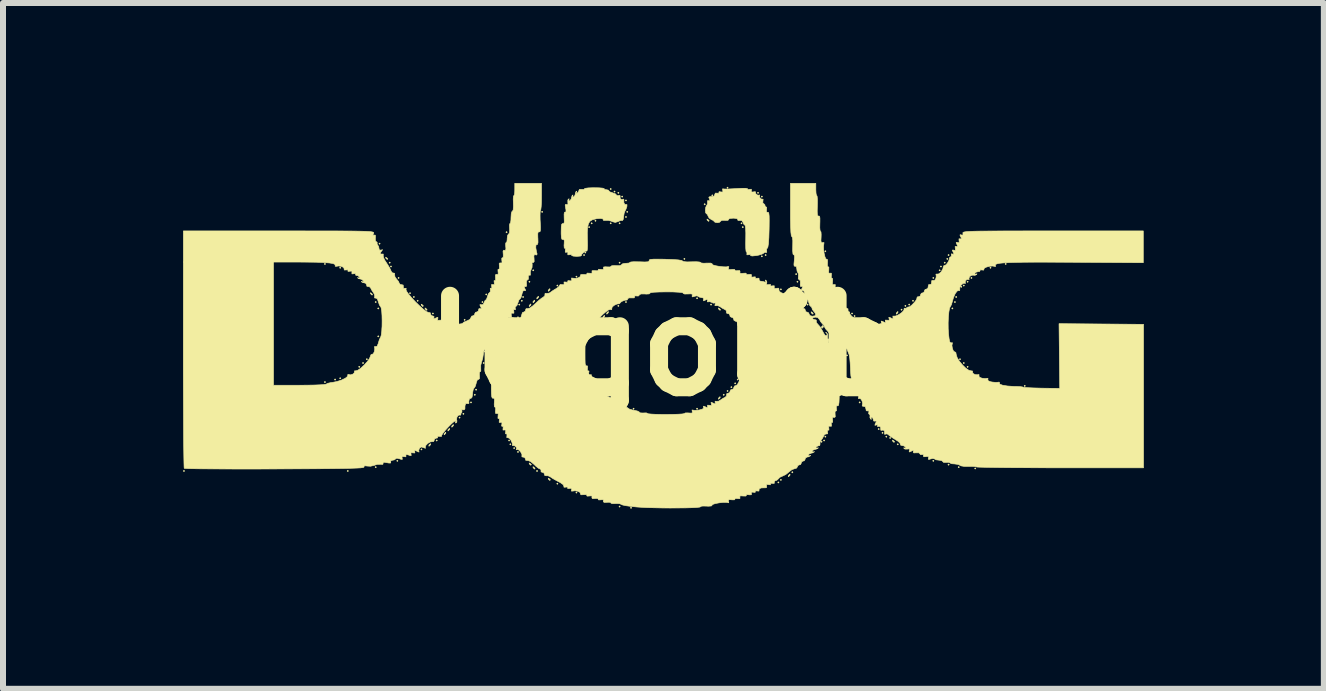
<source format=kicad_pcb>
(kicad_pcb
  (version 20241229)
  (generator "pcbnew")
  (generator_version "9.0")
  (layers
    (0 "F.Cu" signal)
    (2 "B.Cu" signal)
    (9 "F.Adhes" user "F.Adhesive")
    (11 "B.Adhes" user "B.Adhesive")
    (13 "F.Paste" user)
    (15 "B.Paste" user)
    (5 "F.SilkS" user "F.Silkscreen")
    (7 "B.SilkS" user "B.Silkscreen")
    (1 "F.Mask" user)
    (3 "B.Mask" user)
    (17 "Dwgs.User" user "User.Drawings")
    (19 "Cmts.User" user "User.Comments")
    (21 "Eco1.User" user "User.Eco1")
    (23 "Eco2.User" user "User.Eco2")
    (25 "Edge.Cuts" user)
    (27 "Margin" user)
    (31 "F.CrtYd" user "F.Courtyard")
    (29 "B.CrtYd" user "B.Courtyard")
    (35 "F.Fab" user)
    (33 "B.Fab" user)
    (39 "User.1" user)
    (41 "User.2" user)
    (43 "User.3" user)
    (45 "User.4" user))
  (footprint "logolib"
    (layer "F.Cu")
    (at 8.006 2.714)
    (property "Reference" "logolib" (at 0 0 0) (layer "F.SilkS") (effects (font (size 1.524 1.524) (thickness 0.3))))
    (attr through_hole)
    (fp_poly (pts (xy -7.98 2.085) (xy -7.99 2.095) (xy -8.001 2.085) (xy -7.99 2.074) (xy -7.98 2.085)) (stroke (width 0.01) (type solid)) (fill yes) (layer "F.SilkS"))
    (fp_poly (pts (xy -5.63 -1.365) (xy -5.641 -1.355) (xy -5.652 -1.365) (xy -5.641 -1.376) (xy -5.63 -1.365)) (stroke (width 0.01) (type solid)) (fill yes) (layer "F.SilkS"))
    (fp_poly (pts (xy -5.63 0.603) (xy -5.641 0.614) (xy -5.652 0.603) (xy -5.641 0.593) (xy -5.63 0.603)) (stroke (width 0.01) (type solid)) (fill yes) (layer "F.SilkS"))
    (fp_poly (pts (xy -5.461 0.561) (xy -5.472 0.572) (xy -5.482 0.561) (xy -5.472 0.55) (xy -5.461 0.561)) (stroke (width 0.01) (type solid)) (fill yes) (layer "F.SilkS"))
    (fp_poly (pts (xy -5.376 -1.302) (xy -5.387 -1.291) (xy -5.397 -1.302) (xy -5.387 -1.312) (xy -5.376 -1.302)) (stroke (width 0.01) (type solid)) (fill yes) (layer "F.SilkS"))
    (fp_poly (pts (xy -5.376 0.54) (xy -5.387 0.55) (xy -5.397 0.54) (xy -5.387 0.529) (xy -5.376 0.54)) (stroke (width 0.01) (type solid)) (fill yes) (layer "F.SilkS"))
    (fp_poly (pts (xy -5.249 2.085) (xy -5.26 2.095) (xy -5.271 2.085) (xy -5.26 2.074) (xy -5.249 2.085)) (stroke (width 0.01) (type solid)) (fill yes) (layer "F.SilkS"))
    (fp_poly (pts (xy -5.059 0.349) (xy -5.069 0.36) (xy -5.08 0.349) (xy -5.069 0.339) (xy -5.059 0.349)) (stroke (width 0.01) (type solid)) (fill yes) (layer "F.SilkS"))
    (fp_poly (pts (xy -4.995 0.286) (xy -5.006 0.296) (xy -5.016 0.286) (xy -5.006 0.275) (xy -4.995 0.286)) (stroke (width 0.01) (type solid)) (fill yes) (layer "F.SilkS"))
    (fp_poly (pts (xy -4.932 0.222) (xy -4.942 0.233) (xy -4.953 0.222) (xy -4.942 0.212) (xy -4.932 0.222)) (stroke (width 0.01) (type solid)) (fill yes) (layer "F.SilkS"))
    (fp_poly (pts (xy -4.784 -0.73) (xy -4.794 -0.72) (xy -4.805 -0.73) (xy -4.794 -0.741) (xy -4.784 -0.73)) (stroke (width 0.01) (type solid)) (fill yes) (layer "F.SilkS"))
    (fp_poly (pts (xy -4.784 2.021) (xy -4.794 2.032) (xy -4.805 2.021) (xy -4.794 2.011) (xy -4.784 2.021)) (stroke (width 0.01) (type solid)) (fill yes) (layer "F.SilkS"))
    (fp_poly (pts (xy -4.741 -0.624) (xy -4.752 -0.614) (xy -4.763 -0.624) (xy -4.752 -0.635) (xy -4.741 -0.624)) (stroke (width 0.01) (type solid)) (fill yes) (layer "F.SilkS"))
    (fp_poly (pts (xy -4.741 -0.159) (xy -4.752 -0.148) (xy -4.763 -0.159) (xy -4.752 -0.169) (xy -4.741 -0.159)) (stroke (width 0.01) (type solid)) (fill yes) (layer "F.SilkS"))
    (fp_poly (pts (xy -4.72 -1.704) (xy -4.731 -1.693) (xy -4.741 -1.704) (xy -4.731 -1.714) (xy -4.72 -1.704)) (stroke (width 0.01) (type solid)) (fill yes) (layer "F.SilkS"))
    (fp_poly (pts (xy -4.551 -1.386) (xy -4.561 -1.376) (xy -4.572 -1.386) (xy -4.561 -1.397) (xy -4.551 -1.386)) (stroke (width 0.01) (type solid)) (fill yes) (layer "F.SilkS"))
    (fp_poly (pts (xy -4.53 -1.323) (xy -4.54 -1.312) (xy -4.551 -1.323) (xy -4.54 -1.333) (xy -4.53 -1.323)) (stroke (width 0.01) (type solid)) (fill yes) (layer "F.SilkS"))
    (fp_poly (pts (xy -4.424 1.916) (xy -4.434 1.926) (xy -4.445 1.916) (xy -4.434 1.905) (xy -4.424 1.916)) (stroke (width 0.01) (type solid)) (fill yes) (layer "F.SilkS"))
    (fp_poly (pts (xy -4.403 -1.132) (xy -4.413 -1.122) (xy -4.424 -1.132) (xy -4.413 -1.143) (xy -4.403 -1.132)) (stroke (width 0.01) (type solid)) (fill yes) (layer "F.SilkS"))
    (fp_poly (pts (xy -4.212 -0.878) (xy -4.223 -0.868) (xy -4.233 -0.878) (xy -4.223 -0.889) (xy -4.212 -0.878)) (stroke (width 0.01) (type solid)) (fill yes) (layer "F.SilkS"))
    (fp_poly (pts (xy -4.149 -0.815) (xy -4.159 -0.804) (xy -4.17 -0.815) (xy -4.159 -0.826) (xy -4.149 -0.815)) (stroke (width 0.01) (type solid)) (fill yes) (layer "F.SilkS"))
    (fp_poly (pts (xy -4.085 -0.751) (xy -4.096 -0.741) (xy -4.106 -0.751) (xy -4.096 -0.762) (xy -4.085 -0.751)) (stroke (width 0.01) (type solid)) (fill yes) (layer "F.SilkS"))
    (fp_poly (pts (xy -4.022 1.725) (xy -4.032 1.736) (xy -4.043 1.725) (xy -4.032 1.714) (xy -4.022 1.725)) (stroke (width 0.01) (type solid)) (fill yes) (layer "F.SilkS"))
    (fp_poly (pts (xy -3.831 -0.54) (xy -3.842 -0.529) (xy -3.852 -0.54) (xy -3.842 -0.55) (xy -3.831 -0.54)) (stroke (width 0.01) (type solid)) (fill yes) (layer "F.SilkS"))
    (fp_poly (pts (xy -3.768 1.577) (xy -3.778 1.587) (xy -3.789 1.577) (xy -3.778 1.566) (xy -3.768 1.577)) (stroke (width 0.01) (type solid)) (fill yes) (layer "F.SilkS"))
    (fp_poly (pts (xy -3.577 -0.413) (xy -3.588 -0.402) (xy -3.598 -0.413) (xy -3.588 -0.423) (xy -3.577 -0.413)) (stroke (width 0.01) (type solid)) (fill yes) (layer "F.SilkS"))
    (fp_poly (pts (xy -3.387 1.196) (xy -3.397 1.206) (xy -3.408 1.196) (xy -3.397 1.185) (xy -3.387 1.196)) (stroke (width 0.01) (type solid)) (fill yes) (layer "F.SilkS"))
    (fp_poly (pts (xy -3.323 1.132) (xy -3.334 1.143) (xy -3.344 1.132) (xy -3.334 1.122) (xy -3.323 1.132)) (stroke (width 0.01) (type solid)) (fill yes) (layer "F.SilkS"))
    (fp_poly (pts (xy -3.302 -0.434) (xy -3.313 -0.423) (xy -3.323 -0.434) (xy -3.313 -0.445) (xy -3.302 -0.434)) (stroke (width 0.01) (type solid)) (fill yes) (layer "F.SilkS"))
    (fp_poly (pts (xy -3.196 0.942) (xy -3.207 0.953) (xy -3.217 0.942) (xy -3.207 0.931) (xy -3.196 0.942)) (stroke (width 0.01) (type solid)) (fill yes) (layer "F.SilkS"))
    (fp_poly (pts (xy -3.133 0.815) (xy -3.143 0.826) (xy -3.154 0.815) (xy -3.143 0.804) (xy -3.133 0.815)) (stroke (width 0.01) (type solid)) (fill yes) (layer "F.SilkS"))
    (fp_poly (pts (xy -3.111 0.73) (xy -3.122 0.741) (xy -3.133 0.73) (xy -3.122 0.72) (xy -3.111 0.73)) (stroke (width 0.01) (type solid)) (fill yes) (layer "F.SilkS"))
    (fp_poly (pts (xy -3.006 -0.73) (xy -3.016 -0.72) (xy -3.027 -0.73) (xy -3.016 -0.741) (xy -3.006 -0.73)) (stroke (width 0.01) (type solid)) (fill yes) (layer "F.SilkS"))
    (fp_poly (pts (xy -2.985 0.286) (xy -2.995 0.296) (xy -3.006 0.286) (xy -2.995 0.275) (xy -2.985 0.286)) (stroke (width 0.01) (type solid)) (fill yes) (layer "F.SilkS"))
    (fp_poly (pts (xy -2.963 0.095) (xy -2.974 0.106) (xy -2.985 0.095) (xy -2.974 0.085) (xy -2.963 0.095)) (stroke (width 0.01) (type solid)) (fill yes) (layer "F.SilkS"))
    (fp_poly (pts (xy -2.942 -0.857) (xy -2.953 -0.847) (xy -2.963 -0.857) (xy -2.953 -0.868) (xy -2.942 -0.857)) (stroke (width 0.01) (type solid)) (fill yes) (layer "F.SilkS"))
    (fp_poly (pts (xy -2.836 -0.074) (xy -2.847 -0.064) (xy -2.857 -0.074) (xy -2.847 -0.085) (xy -2.836 -0.074)) (stroke (width 0.01) (type solid)) (fill yes) (layer "F.SilkS"))
    (fp_poly (pts (xy -2.794 -0.095) (xy -2.805 -0.085) (xy -2.815 -0.095) (xy -2.805 -0.106) (xy -2.794 -0.095)) (stroke (width 0.01) (type solid)) (fill yes) (layer "F.SilkS"))
    (fp_poly (pts (xy -2.731 -0.159) (xy -2.741 -0.148) (xy -2.752 -0.159) (xy -2.741 -0.169) (xy -2.731 -0.159)) (stroke (width 0.01) (type solid)) (fill yes) (layer "F.SilkS"))
    (fp_poly (pts (xy -2.603 -1.894) (xy -2.614 -1.884) (xy -2.625 -1.894) (xy -2.614 -1.905) (xy -2.603 -1.894)) (stroke (width 0.01) (type solid)) (fill yes) (layer "F.SilkS"))
    (fp_poly (pts (xy -2.603 -0.349) (xy -2.614 -0.339) (xy -2.625 -0.349) (xy -2.614 -0.36) (xy -2.603 -0.349)) (stroke (width 0.01) (type solid)) (fill yes) (layer "F.SilkS"))
    (fp_poly (pts (xy -2.561 -0.286) (xy -2.572 -0.275) (xy -2.582 -0.286) (xy -2.572 -0.296) (xy -2.561 -0.286)) (stroke (width 0.01) (type solid)) (fill yes) (layer "F.SilkS"))
    (fp_poly (pts (xy -2.561 1.577) (xy -2.572 1.587) (xy -2.582 1.577) (xy -2.572 1.566) (xy -2.561 1.577)) (stroke (width 0.01) (type solid)) (fill yes) (layer "F.SilkS"))
    (fp_poly (pts (xy -2.54 -0.349) (xy -2.551 -0.339) (xy -2.561 -0.349) (xy -2.551 -0.36) (xy -2.54 -0.349)) (stroke (width 0.01) (type solid)) (fill yes) (layer "F.SilkS"))
    (fp_poly (pts (xy -2.54 1.64) (xy -2.551 1.651) (xy -2.561 1.64) (xy -2.551 1.63) (xy -2.54 1.64)) (stroke (width 0.01) (type solid)) (fill yes) (layer "F.SilkS"))
    (fp_poly (pts (xy -2.477 -0.413) (xy -2.487 -0.402) (xy -2.498 -0.413) (xy -2.487 -0.423) (xy -2.477 -0.413)) (stroke (width 0.01) (type solid)) (fill yes) (layer "F.SilkS"))
    (fp_poly (pts (xy -2.477 1.704) (xy -2.487 1.714) (xy -2.498 1.704) (xy -2.487 1.693) (xy -2.477 1.704)) (stroke (width 0.01) (type solid)) (fill yes) (layer "F.SilkS"))
    (fp_poly (pts (xy -2.413 -0.476) (xy -2.424 -0.466) (xy -2.434 -0.476) (xy -2.424 -0.487) (xy -2.413 -0.476)) (stroke (width 0.01) (type solid)) (fill yes) (layer "F.SilkS"))
    (fp_poly (pts (xy -2.413 1.767) (xy -2.424 1.778) (xy -2.434 1.767) (xy -2.424 1.757) (xy -2.413 1.767)) (stroke (width 0.01) (type solid)) (fill yes) (layer "F.SilkS"))
    (fp_poly (pts (xy -2.392 -0.688) (xy -2.402 -0.677) (xy -2.413 -0.688) (xy -2.402 -0.699) (xy -2.392 -0.688)) (stroke (width 0.01) (type solid)) (fill yes) (layer "F.SilkS"))
    (fp_poly (pts (xy -2.349 -0.751) (xy -2.36 -0.741) (xy -2.371 -0.751) (xy -2.36 -0.762) (xy -2.349 -0.751)) (stroke (width 0.01) (type solid)) (fill yes) (layer "F.SilkS"))
    (fp_poly (pts (xy -2.328 -0.815) (xy -2.339 -0.804) (xy -2.349 -0.815) (xy -2.339 -0.826) (xy -2.328 -0.815)) (stroke (width 0.01) (type solid)) (fill yes) (layer "F.SilkS"))
    (fp_poly (pts (xy -2.223 -1.069) (xy -2.233 -1.058) (xy -2.244 -1.069) (xy -2.233 -1.079) (xy -2.223 -1.069)) (stroke (width 0.01) (type solid)) (fill yes) (layer "F.SilkS"))
    (fp_poly (pts (xy -2.159 -1.259) (xy -2.17 -1.249) (xy -2.18 -1.259) (xy -2.17 -1.27) (xy -2.159 -1.259)) (stroke (width 0.01) (type solid)) (fill yes) (layer "F.SilkS"))
    (fp_poly (pts (xy -2.095 2.085) (xy -2.106 2.095) (xy -2.117 2.085) (xy -2.106 2.074) (xy -2.095 2.085)) (stroke (width 0.01) (type solid)) (fill yes) (layer "F.SilkS"))
    (fp_poly (pts (xy -2.011 -2.233) (xy -2.021 -2.223) (xy -2.032 -2.233) (xy -2.021 -2.244) (xy -2.011 -2.233)) (stroke (width 0.01) (type solid)) (fill yes) (layer "F.SilkS"))
    (fp_poly (pts (xy -1.757 -1.005) (xy -1.767 -0.995) (xy -1.778 -1.005) (xy -1.767 -1.016) (xy -1.757 -1.005)) (stroke (width 0.01) (type solid)) (fill yes) (layer "F.SilkS"))
    (fp_poly (pts (xy -1.757 2.297) (xy -1.767 2.307) (xy -1.778 2.297) (xy -1.767 2.286) (xy -1.757 2.297)) (stroke (width 0.01) (type solid)) (fill yes) (layer "F.SilkS"))
    (fp_poly (pts (xy -1.439 -1.154) (xy -1.45 -1.143) (xy -1.46 -1.154) (xy -1.45 -1.164) (xy -1.439 -1.154)) (stroke (width 0.01) (type solid)) (fill yes) (layer "F.SilkS"))
    (fp_poly (pts (xy -1.439 2.445) (xy -1.45 2.455) (xy -1.46 2.445) (xy -1.45 2.434) (xy -1.439 2.445)) (stroke (width 0.01) (type solid)) (fill yes) (layer "F.SilkS"))
    (fp_poly (pts (xy -1.312 -1.513) (xy -1.323 -1.503) (xy -1.333 -1.513) (xy -1.323 -1.524) (xy -1.312 -1.513)) (stroke (width 0.01) (type solid)) (fill yes) (layer "F.SilkS"))
    (fp_poly (pts (xy -1.291 -1.556) (xy -1.302 -1.545) (xy -1.312 -1.556) (xy -1.302 -1.566) (xy -1.291 -1.556)) (stroke (width 0.01) (type solid)) (fill yes) (layer "F.SilkS"))
    (fp_poly (pts (xy -1.228 -1.979) (xy -1.238 -1.968) (xy -1.249 -1.979) (xy -1.238 -1.99) (xy -1.228 -1.979)) (stroke (width 0.01) (type solid)) (fill yes) (layer "F.SilkS"))
    (fp_poly (pts (xy -1.185 -2.043) (xy -1.196 -2.032) (xy -1.206 -2.043) (xy -1.196 -2.053) (xy -1.185 -2.043)) (stroke (width 0.01) (type solid)) (fill yes) (layer "F.SilkS"))
    (fp_poly (pts (xy -1.122 -2.085) (xy -1.132 -2.074) (xy -1.143 -2.085) (xy -1.132 -2.095) (xy -1.122 -2.085)) (stroke (width 0.01) (type solid)) (fill yes) (layer "F.SilkS"))
    (fp_poly (pts (xy -1.101 -0.392) (xy -1.111 -0.381) (xy -1.122 -0.392) (xy -1.111 -0.402) (xy -1.101 -0.392)) (stroke (width 0.01) (type solid)) (fill yes) (layer "F.SilkS"))
    (fp_poly (pts (xy -1.101 0.624) (xy -1.111 0.635) (xy -1.122 0.624) (xy -1.111 0.614) (xy -1.101 0.624)) (stroke (width 0.01) (type solid)) (fill yes) (layer "F.SilkS"))
    (fp_poly (pts (xy -1.058 -0.413) (xy -1.069 -0.402) (xy -1.079 -0.413) (xy -1.069 -0.423) (xy -1.058 -0.413)) (stroke (width 0.01) (type solid)) (fill yes) (layer "F.SilkS"))
    (fp_poly (pts (xy -0.868 -2.614) (xy -0.878 -2.603) (xy -0.889 -2.614) (xy -0.878 -2.625) (xy -0.868 -2.614)) (stroke (width 0.01) (type solid)) (fill yes) (layer "F.SilkS"))
    (fp_poly (pts (xy -0.868 -2.043) (xy -0.878 -2.032) (xy -0.889 -2.043) (xy -0.878 -2.053) (xy -0.868 -2.043)) (stroke (width 0.01) (type solid)) (fill yes) (layer "F.SilkS"))
    (fp_poly (pts (xy -0.804 -2.572) (xy -0.815 -2.561) (xy -0.826 -2.572) (xy -0.815 -2.582) (xy -0.804 -2.572)) (stroke (width 0.01) (type solid)) (fill yes) (layer "F.SilkS"))
    (fp_poly (pts (xy -0.741 -2.551) (xy -0.751 -2.54) (xy -0.762 -2.551) (xy -0.751 -2.561) (xy -0.741 -2.551)) (stroke (width 0.01) (type solid)) (fill yes) (layer "F.SilkS"))
    (fp_poly (pts (xy -0.741 -0.667) (xy -0.751 -0.656) (xy -0.762 -0.667) (xy -0.751 -0.677) (xy -0.741 -0.667)) (stroke (width 0.01) (type solid)) (fill yes) (layer "F.SilkS"))
    (fp_poly (pts (xy -0.72 -2.043) (xy -0.73 -2.032) (xy -0.741 -2.043) (xy -0.73 -2.053) (xy -0.72 -2.043)) (stroke (width 0.01) (type solid)) (fill yes) (layer "F.SilkS"))
    (fp_poly (pts (xy -0.72 -1.386) (xy -0.73 -1.376) (xy -0.741 -1.386) (xy -0.73 -1.397) (xy -0.72 -1.386)) (stroke (width 0.01) (type solid)) (fill yes) (layer "F.SilkS"))
    (fp_poly (pts (xy -0.72 2.678) (xy -0.73 2.688) (xy -0.741 2.678) (xy -0.73 2.667) (xy -0.72 2.678)) (stroke (width 0.01) (type solid)) (fill yes) (layer "F.SilkS"))
    (fp_poly (pts (xy -0.677 -2.487) (xy -0.688 -2.477) (xy -0.699 -2.487) (xy -0.688 -2.498) (xy -0.677 -2.487)) (stroke (width 0.01) (type solid)) (fill yes) (layer "F.SilkS"))
    (fp_poly (pts (xy -0.614 -2.424) (xy -0.624 -2.413) (xy -0.635 -2.424) (xy -0.624 -2.434) (xy -0.614 -2.424)) (stroke (width 0.01) (type solid)) (fill yes) (layer "F.SilkS"))
    (fp_poly (pts (xy -0.614 -2.148) (xy -0.624 -2.138) (xy -0.635 -2.148) (xy -0.624 -2.159) (xy -0.614 -2.148)) (stroke (width 0.01) (type solid)) (fill yes) (layer "F.SilkS"))
    (fp_poly (pts (xy -0.614 -0.73) (xy -0.624 -0.72) (xy -0.635 -0.73) (xy -0.624 -0.741) (xy -0.614 -0.73)) (stroke (width 0.01) (type solid)) (fill yes) (layer "F.SilkS"))
    (fp_poly (pts (xy -0.593 -2.233) (xy -0.603 -2.223) (xy -0.614 -2.233) (xy -0.603 -2.244) (xy -0.593 -2.233)) (stroke (width 0.01) (type solid)) (fill yes) (layer "F.SilkS"))
    (fp_poly (pts (xy -0.529 2.699) (xy -0.54 2.709) (xy -0.55 2.699) (xy -0.54 2.688) (xy -0.529 2.699)) (stroke (width 0.01) (type solid)) (fill yes) (layer "F.SilkS"))
    (fp_poly (pts (xy -0.487 1.048) (xy -0.497 1.058) (xy -0.508 1.048) (xy -0.497 1.037) (xy -0.487 1.048)) (stroke (width 0.01) (type solid)) (fill yes) (layer "F.SilkS"))
    (fp_poly (pts (xy 0.36 -1.45) (xy 0.349 -1.439) (xy 0.339 -1.45) (xy 0.349 -1.46) (xy 0.36 -1.45)) (stroke (width 0.01) (type solid)) (fill yes) (layer "F.SilkS"))
    (fp_poly (pts (xy 0.572 -0.794) (xy 0.561 -0.783) (xy 0.55 -0.794) (xy 0.561 -0.804) (xy 0.572 -0.794)) (stroke (width 0.01) (type solid)) (fill yes) (layer "F.SilkS"))
    (fp_poly (pts (xy 0.572 1.048) (xy 0.561 1.058) (xy 0.55 1.048) (xy 0.561 1.037) (xy 0.572 1.048)) (stroke (width 0.01) (type solid)) (fill yes) (layer "F.SilkS"))
    (fp_poly (pts (xy 0.699 -2.36) (xy 0.688 -2.349) (xy 0.677 -2.36) (xy 0.688 -2.371) (xy 0.699 -2.36)) (stroke (width 0.01) (type solid)) (fill yes) (layer "F.SilkS"))
    (fp_poly (pts (xy 0.804 -0.688) (xy 0.794 -0.677) (xy 0.783 -0.688) (xy 0.794 -0.699) (xy 0.804 -0.688)) (stroke (width 0.01) (type solid)) (fill yes) (layer "F.SilkS"))
    (fp_poly (pts (xy 0.826 -2.508) (xy 0.815 -2.498) (xy 0.804 -2.508) (xy 0.815 -2.519) (xy 0.826 -2.508)) (stroke (width 0.01) (type solid)) (fill yes) (layer "F.SilkS"))
    (fp_poly (pts (xy 1.016 0.815) (xy 1.005 0.826) (xy 0.995 0.815) (xy 1.005 0.804) (xy 1.016 0.815)) (stroke (width 0.01) (type solid)) (fill yes) (layer "F.SilkS"))
    (fp_poly (pts (xy 1.079 -2.635) (xy 1.069 -2.625) (xy 1.058 -2.635) (xy 1.069 -2.646) (xy 1.079 -2.635)) (stroke (width 0.01) (type solid)) (fill yes) (layer "F.SilkS"))
    (fp_poly (pts (xy 1.079 0.751) (xy 1.069 0.762) (xy 1.058 0.751) (xy 1.069 0.741) (xy 1.079 0.751)) (stroke (width 0.01) (type solid)) (fill yes) (layer "F.SilkS"))
    (fp_poly (pts (xy 1.143 0.688) (xy 1.132 0.699) (xy 1.122 0.688) (xy 1.132 0.677) (xy 1.143 0.688)) (stroke (width 0.01) (type solid)) (fill yes) (layer "F.SilkS"))
    (fp_poly (pts (xy 1.206 0.624) (xy 1.196 0.635) (xy 1.185 0.624) (xy 1.196 0.614) (xy 1.206 0.624)) (stroke (width 0.01) (type solid)) (fill yes) (layer "F.SilkS"))
    (fp_poly (pts (xy 1.249 0.561) (xy 1.238 0.572) (xy 1.228 0.561) (xy 1.238 0.55) (xy 1.249 0.561)) (stroke (width 0.01) (type solid)) (fill yes) (layer "F.SilkS"))
    (fp_poly (pts (xy 1.312 -2.043) (xy 1.302 -2.032) (xy 1.291 -2.043) (xy 1.302 -2.053) (xy 1.312 -2.043)) (stroke (width 0.01) (type solid)) (fill yes) (layer "F.SilkS"))
    (fp_poly (pts (xy 1.333 -1.979) (xy 1.323 -1.968) (xy 1.312 -1.979) (xy 1.323 -1.99) (xy 1.333 -1.979)) (stroke (width 0.01) (type solid)) (fill yes) (layer "F.SilkS"))
    (fp_poly (pts (xy 1.587 -2.551) (xy 1.577 -2.54) (xy 1.566 -2.551) (xy 1.577 -2.561) (xy 1.587 -2.551)) (stroke (width 0.01) (type solid)) (fill yes) (layer "F.SilkS"))
    (fp_poly (pts (xy 1.651 -2.487) (xy 1.64 -2.477) (xy 1.63 -2.487) (xy 1.64 -2.498) (xy 1.651 -2.487)) (stroke (width 0.01) (type solid)) (fill yes) (layer "F.SilkS"))
    (fp_poly (pts (xy 1.651 -1.492) (xy 1.64 -1.482) (xy 1.63 -1.492) (xy 1.64 -1.503) (xy 1.651 -1.492)) (stroke (width 0.01) (type solid)) (fill yes) (layer "F.SilkS"))
    (fp_poly (pts (xy 1.714 -1.513) (xy 1.704 -1.503) (xy 1.693 -1.513) (xy 1.704 -1.524) (xy 1.714 -1.513)) (stroke (width 0.01) (type solid)) (fill yes) (layer "F.SilkS"))
    (fp_poly (pts (xy 1.926 2.275) (xy 1.916 2.286) (xy 1.905 2.275) (xy 1.916 2.265) (xy 1.926 2.275)) (stroke (width 0.01) (type solid)) (fill yes) (layer "F.SilkS"))
    (fp_poly (pts (xy 1.968 -0.942) (xy 1.958 -0.931) (xy 1.947 -0.942) (xy 1.958 -0.953) (xy 1.968 -0.942)) (stroke (width 0.01) (type solid)) (fill yes) (layer "F.SilkS"))
    (fp_poly (pts (xy 1.968 2.233) (xy 1.958 2.244) (xy 1.947 2.233) (xy 1.958 2.223) (xy 1.968 2.233)) (stroke (width 0.01) (type solid)) (fill yes) (layer "F.SilkS"))
    (fp_poly (pts (xy 2.159 -0.815) (xy 2.148 -0.804) (xy 2.138 -0.815) (xy 2.148 -0.826) (xy 2.159 -0.815)) (stroke (width 0.01) (type solid)) (fill yes) (layer "F.SilkS"))
    (fp_poly (pts (xy 2.159 2.106) (xy 2.148 2.117) (xy 2.138 2.106) (xy 2.148 2.095) (xy 2.159 2.106)) (stroke (width 0.01) (type solid)) (fill yes) (layer "F.SilkS"))
    (fp_poly (pts (xy 2.223 -1.196) (xy 2.212 -1.185) (xy 2.201 -1.196) (xy 2.212 -1.206) (xy 2.223 -1.196)) (stroke (width 0.01) (type solid)) (fill yes) (layer "F.SilkS"))
    (fp_poly (pts (xy 2.244 -1.069) (xy 2.233 -1.058) (xy 2.223 -1.069) (xy 2.233 -1.079) (xy 2.244 -1.069)) (stroke (width 0.01) (type solid)) (fill yes) (layer "F.SilkS"))
    (fp_poly (pts (xy 2.349 -0.815) (xy 2.339 -0.804) (xy 2.328 -0.815) (xy 2.339 -0.826) (xy 2.349 -0.815)) (stroke (width 0.01) (type solid)) (fill yes) (layer "F.SilkS"))
    (fp_poly (pts (xy 2.371 -0.751) (xy 2.36 -0.741) (xy 2.349 -0.751) (xy 2.36 -0.762) (xy 2.371 -0.751)) (stroke (width 0.01) (type solid)) (fill yes) (layer "F.SilkS"))
    (fp_poly (pts (xy 2.413 -0.688) (xy 2.402 -0.677) (xy 2.392 -0.688) (xy 2.402 -0.699) (xy 2.413 -0.688)) (stroke (width 0.01) (type solid)) (fill yes) (layer "F.SilkS"))
    (fp_poly (pts (xy 2.646 1.598) (xy 2.635 1.609) (xy 2.625 1.598) (xy 2.635 1.587) (xy 2.646 1.598)) (stroke (width 0.01) (type solid)) (fill yes) (layer "F.SilkS"))
    (fp_poly (pts (xy 2.688 1.577) (xy 2.678 1.587) (xy 2.667 1.577) (xy 2.678 1.566) (xy 2.688 1.577)) (stroke (width 0.01) (type solid)) (fill yes) (layer "F.SilkS"))
    (fp_poly (pts (xy 2.709 -1.577) (xy 2.699 -1.566) (xy 2.688 -1.577) (xy 2.699 -1.587) (xy 2.709 -1.577)) (stroke (width 0.01) (type solid)) (fill yes) (layer "F.SilkS"))
    (fp_poly (pts (xy 2.709 1.513) (xy 2.699 1.524) (xy 2.688 1.513) (xy 2.699 1.503) (xy 2.709 1.513)) (stroke (width 0.01) (type solid)) (fill yes) (layer "F.SilkS"))
    (fp_poly (pts (xy 2.963 0.497) (xy 2.953 0.508) (xy 2.942 0.497) (xy 2.953 0.487) (xy 2.963 0.497)) (stroke (width 0.01) (type solid)) (fill yes) (layer "F.SilkS"))
    (fp_poly (pts (xy 2.963 0.794) (xy 2.953 0.804) (xy 2.942 0.794) (xy 2.953 0.783) (xy 2.963 0.794)) (stroke (width 0.01) (type solid)) (fill yes) (layer "F.SilkS"))
    (fp_poly (pts (xy 3.027 -0.73) (xy 3.016 -0.72) (xy 3.006 -0.73) (xy 3.016 -0.741) (xy 3.027 -0.73)) (stroke (width 0.01) (type solid)) (fill yes) (layer "F.SilkS"))
    (fp_poly (pts (xy 3.069 0.159) (xy 3.059 0.169) (xy 3.048 0.159) (xy 3.059 0.148) (xy 3.069 0.159)) (stroke (width 0.01) (type solid)) (fill yes) (layer "F.SilkS"))
    (fp_poly (pts (xy 3.154 -0.54) (xy 3.143 -0.529) (xy 3.133 -0.54) (xy 3.143 -0.55) (xy 3.154 -0.54)) (stroke (width 0.01) (type solid)) (fill yes) (layer "F.SilkS"))
    (fp_poly (pts (xy 3.196 -0.497) (xy 3.186 -0.487) (xy 3.175 -0.497) (xy 3.186 -0.508) (xy 3.196 -0.497)) (stroke (width 0.01) (type solid)) (fill yes) (layer "F.SilkS"))
    (fp_poly (pts (xy 3.217 0.815) (xy 3.207 0.826) (xy 3.196 0.815) (xy 3.207 0.804) (xy 3.217 0.815)) (stroke (width 0.01) (type solid)) (fill yes) (layer "F.SilkS"))
    (fp_poly (pts (xy 3.281 0.942) (xy 3.27 0.953) (xy 3.26 0.942) (xy 3.27 0.931) (xy 3.281 0.942)) (stroke (width 0.01) (type solid)) (fill yes) (layer "F.SilkS"))
    (fp_poly (pts (xy 3.598 1.386) (xy 3.588 1.397) (xy 3.577 1.386) (xy 3.588 1.376) (xy 3.598 1.386)) (stroke (width 0.01) (type solid)) (fill yes) (layer "F.SilkS"))
    (fp_poly (pts (xy 3.662 1.45) (xy 3.651 1.46) (xy 3.641 1.45) (xy 3.651 1.439) (xy 3.662 1.45)) (stroke (width 0.01) (type solid)) (fill yes) (layer "F.SilkS"))
    (fp_poly (pts (xy 3.725 1.513) (xy 3.715 1.524) (xy 3.704 1.513) (xy 3.715 1.503) (xy 3.725 1.513)) (stroke (width 0.01) (type solid)) (fill yes) (layer "F.SilkS"))
    (fp_poly (pts (xy 3.789 1.535) (xy 3.778 1.545) (xy 3.768 1.535) (xy 3.778 1.524) (xy 3.789 1.535)) (stroke (width 0.01) (type solid)) (fill yes) (layer "F.SilkS"))
    (fp_poly (pts (xy 3.916 1.64) (xy 3.905 1.651) (xy 3.895 1.64) (xy 3.905 1.63) (xy 3.916 1.64)) (stroke (width 0.01) (type solid)) (fill yes) (layer "F.SilkS"))
    (fp_poly (pts (xy 3.979 -0.603) (xy 3.969 -0.593) (xy 3.958 -0.603) (xy 3.969 -0.614) (xy 3.979 -0.603)) (stroke (width 0.01) (type solid)) (fill yes) (layer "F.SilkS"))
    (fp_poly (pts (xy 4.043 -0.667) (xy 4.032 -0.656) (xy 4.022 -0.667) (xy 4.032 -0.677) (xy 4.043 -0.667)) (stroke (width 0.01) (type solid)) (fill yes) (layer "F.SilkS"))
    (fp_poly (pts (xy 4.106 -0.688) (xy 4.096 -0.677) (xy 4.085 -0.688) (xy 4.096 -0.699) (xy 4.106 -0.688)) (stroke (width 0.01) (type solid)) (fill yes) (layer "F.SilkS"))
    (fp_poly (pts (xy 4.17 -0.751) (xy 4.159 -0.741) (xy 4.149 -0.751) (xy 4.159 -0.762) (xy 4.17 -0.751)) (stroke (width 0.01) (type solid)) (fill yes) (layer "F.SilkS"))
    (fp_poly (pts (xy 4.508 -1.132) (xy 4.498 -1.122) (xy 4.487 -1.132) (xy 4.498 -1.143) (xy 4.508 -1.132)) (stroke (width 0.01) (type solid)) (fill yes) (layer "F.SilkS"))
    (fp_poly (pts (xy 4.508 1.916) (xy 4.498 1.926) (xy 4.487 1.916) (xy 4.498 1.905) (xy 4.508 1.916)) (stroke (width 0.01) (type solid)) (fill yes) (layer "F.SilkS"))
    (fp_poly (pts (xy 4.614 -1.259) (xy 4.604 -1.249) (xy 4.593 -1.259) (xy 4.604 -1.27) (xy 4.614 -1.259)) (stroke (width 0.01) (type solid)) (fill yes) (layer "F.SilkS"))
    (fp_poly (pts (xy 4.636 -1.323) (xy 4.625 -1.312) (xy 4.614 -1.323) (xy 4.625 -1.333) (xy 4.636 -1.323)) (stroke (width 0.01) (type solid)) (fill yes) (layer "F.SilkS"))
    (fp_poly (pts (xy 4.699 -1.386) (xy 4.688 -1.376) (xy 4.678 -1.386) (xy 4.688 -1.397) (xy 4.699 -1.386)) (stroke (width 0.01) (type solid)) (fill yes) (layer "F.SilkS"))
    (fp_poly (pts (xy 4.741 -1.45) (xy 4.731 -1.439) (xy 4.72 -1.45) (xy 4.731 -1.46) (xy 4.741 -1.45)) (stroke (width 0.01) (type solid)) (fill yes) (layer "F.SilkS"))
    (fp_poly (pts (xy 4.763 -1.513) (xy 4.752 -1.503) (xy 4.741 -1.513) (xy 4.752 -1.524) (xy 4.763 -1.513)) (stroke (width 0.01) (type solid)) (fill yes) (layer "F.SilkS"))
    (fp_poly (pts (xy 4.763 1.979) (xy 4.752 1.99) (xy 4.741 1.979) (xy 4.752 1.968) (xy 4.763 1.979)) (stroke (width 0.01) (type solid)) (fill yes) (layer "F.SilkS"))
    (fp_poly (pts (xy 4.826 -0.624) (xy 4.815 -0.614) (xy 4.805 -0.624) (xy 4.815 -0.635) (xy 4.826 -0.624)) (stroke (width 0.01) (type solid)) (fill yes) (layer "F.SilkS"))
    (fp_poly (pts (xy 4.868 -0.73) (xy 4.858 -0.72) (xy 4.847 -0.73) (xy 4.858 -0.741) (xy 4.868 -0.73)) (stroke (width 0.01) (type solid)) (fill yes) (layer "F.SilkS"))
    (fp_poly (pts (xy 4.889 -0.815) (xy 4.879 -0.804) (xy 4.868 -0.815) (xy 4.879 -0.826) (xy 4.889 -0.815)) (stroke (width 0.01) (type solid)) (fill yes) (layer "F.SilkS"))
    (fp_poly (pts (xy 4.932 2.021) (xy 4.921 2.032) (xy 4.911 2.021) (xy 4.921 2.011) (xy 4.932 2.021)) (stroke (width 0.01) (type solid)) (fill yes) (layer "F.SilkS"))
    (fp_poly (pts (xy 4.953 0.222) (xy 4.942 0.233) (xy 4.932 0.222) (xy 4.942 0.212) (xy 4.953 0.222)) (stroke (width 0.01) (type solid)) (fill yes) (layer "F.SilkS"))
    (fp_poly (pts (xy 4.974 -0.984) (xy 4.964 -0.974) (xy 4.953 -0.984) (xy 4.964 -0.995) (xy 4.974 -0.984)) (stroke (width 0.01) (type solid)) (fill yes) (layer "F.SilkS"))
    (fp_poly (pts (xy 5.016 -1.005) (xy 5.006 -0.995) (xy 4.995 -1.005) (xy 5.006 -1.016) (xy 5.016 -1.005)) (stroke (width 0.01) (type solid)) (fill yes) (layer "F.SilkS"))
    (fp_poly (pts (xy 5.016 0.286) (xy 5.006 0.296) (xy 4.995 0.286) (xy 5.006 0.275) (xy 5.016 0.286)) (stroke (width 0.01) (type solid)) (fill yes) (layer "F.SilkS"))
    (fp_poly (pts (xy 5.08 -1.069) (xy 5.069 -1.058) (xy 5.059 -1.069) (xy 5.069 -1.079) (xy 5.08 -1.069)) (stroke (width 0.01) (type solid)) (fill yes) (layer "F.SilkS"))
    (fp_poly (pts (xy 5.08 0.349) (xy 5.069 0.36) (xy 5.059 0.349) (xy 5.069 0.339) (xy 5.08 0.349)) (stroke (width 0.01) (type solid)) (fill yes) (layer "F.SilkS"))
    (fp_poly (pts (xy 5.144 -1.132) (xy 5.133 -1.122) (xy 5.122 -1.132) (xy 5.133 -1.143) (xy 5.144 -1.132)) (stroke (width 0.01) (type solid)) (fill yes) (layer "F.SilkS"))
    (fp_poly (pts (xy 5.207 2.043) (xy 5.196 2.053) (xy 5.186 2.043) (xy 5.196 2.032) (xy 5.207 2.043)) (stroke (width 0.01) (type solid)) (fill yes) (layer "F.SilkS"))
    (fp_poly (pts (xy 5.461 -1.302) (xy 5.45 -1.291) (xy 5.44 -1.302) (xy 5.45 -1.312) (xy 5.461 -1.302)) (stroke (width 0.01) (type solid)) (fill yes) (layer "F.SilkS"))
    (fp_poly (pts (xy 5.715 -1.365) (xy 5.704 -1.355) (xy 5.694 -1.365) (xy 5.704 -1.376) (xy 5.715 -1.365)) (stroke (width 0.01) (type solid)) (fill yes) (layer "F.SilkS"))
    (fp_poly (pts (xy 6.032 0.667) (xy 6.022 0.677) (xy 6.011 0.667) (xy 6.022 0.656) (xy 6.032 0.667)) (stroke (width 0.01) (type solid)) (fill yes) (layer "F.SilkS"))
    (fp_poly (pts (xy -4.872 -0.88) (xy -4.849 -0.859) (xy -4.854 -0.847) (xy -4.857 -0.847) (xy -4.874 -0.862) (xy -4.881 -0.871) (xy -4.883 -0.886) (xy -4.872 -0.88)) (stroke (width 0.01) (type solid)) (fill yes) (layer "F.SilkS"))
    (fp_poly (pts (xy -4.618 -1.473) (xy -4.595 -1.453) (xy -4.593 -1.449) (xy -4.603 -1.44) (xy -4.624 -1.459) (xy -4.627 -1.464) (xy -4.629 -1.478) (xy -4.618 -1.473)) (stroke (width 0.01) (type solid)) (fill yes) (layer "F.SilkS"))
    (fp_poly (pts (xy -4.025 -0.69) (xy -4.002 -0.669) (xy -4.007 -0.656) (xy -4.01 -0.656) (xy -4.028 -0.671) (xy -4.034 -0.681) (xy -4.037 -0.695) (xy -4.025 -0.69)) (stroke (width 0.01) (type solid)) (fill yes) (layer "F.SilkS"))
    (fp_poly (pts (xy -3.961 -0.626) (xy -3.939 -0.605) (xy -3.943 -0.593) (xy -3.946 -0.593) (xy -3.964 -0.608) (xy -3.971 -0.617) (xy -3.973 -0.632) (xy -3.961 -0.626)) (stroke (width 0.01) (type solid)) (fill yes) (layer "F.SilkS"))
    (fp_poly (pts (xy -2.226 1.956) (xy -2.203 1.976) (xy -2.201 1.98) (xy -2.211 1.989) (xy -2.232 1.97) (xy -2.235 1.965) (xy -2.238 1.951) (xy -2.226 1.956)) (stroke (width 0.01) (type solid)) (fill yes) (layer "F.SilkS"))
    (fp_poly (pts (xy -2.162 2.019) (xy -2.14 2.041) (xy -2.144 2.053) (xy -2.147 2.053) (xy -2.165 2.038) (xy -2.172 2.029) (xy -2.174 2.014) (xy -2.162 2.019)) (stroke (width 0.01) (type solid)) (fill yes) (layer "F.SilkS"))
    (fp_poly (pts (xy -1.908 2.21) (xy -1.886 2.23) (xy -1.884 2.234) (xy -1.894 2.243) (xy -1.915 2.224) (xy -1.918 2.219) (xy -1.92 2.205) (xy -1.908 2.21)) (stroke (width 0.01) (type solid)) (fill yes) (layer "F.SilkS"))
    (fp_poly (pts (xy -1.062 0.665) (xy -1.039 0.686) (xy -1.044 0.698) (xy -1.047 0.699) (xy -1.064 0.683) (xy -1.071 0.674) (xy -1.073 0.66) (xy -1.062 0.665)) (stroke (width 0.01) (type solid)) (fill yes) (layer "F.SilkS"))
    (fp_poly (pts (xy -0.998 0.728) (xy -0.975 0.75) (xy -0.98 0.762) (xy -0.983 0.762) (xy -1.001 0.747) (xy -1.007 0.738) (xy -1.01 0.723) (xy -0.998 0.728)) (stroke (width 0.01) (type solid)) (fill yes) (layer "F.SilkS"))
    (fp_poly (pts (xy -0.935 0.792) (xy -0.912 0.811) (xy -0.91 0.816) (xy -0.92 0.825) (xy -0.941 0.805) (xy -0.944 0.801) (xy -0.946 0.787) (xy -0.935 0.792)) (stroke (width 0.01) (type solid)) (fill yes) (layer "F.SilkS"))
    (fp_poly (pts (xy -0.744 0.919) (xy -0.722 0.938) (xy -0.72 0.943) (xy -0.73 0.952) (xy -0.751 0.932) (xy -0.753 0.928) (xy -0.756 0.914) (xy -0.744 0.919)) (stroke (width 0.01) (type solid)) (fill yes) (layer "F.SilkS"))
    (fp_poly (pts (xy 0.738 -2.108) (xy 0.76 -2.088) (xy 0.762 -2.084) (xy 0.752 -2.075) (xy 0.731 -2.094) (xy 0.728 -2.099) (xy 0.726 -2.113) (xy 0.738 -2.108)) (stroke (width 0.01) (type solid)) (fill yes) (layer "F.SilkS"))
    (fp_poly (pts (xy 0.928 -0.626) (xy 0.951 -0.605) (xy 0.946 -0.593) (xy 0.943 -0.593) (xy 0.925 -0.608) (xy 0.919 -0.617) (xy 0.916 -0.632) (xy 0.928 -0.626)) (stroke (width 0.01) (type solid)) (fill yes) (layer "F.SilkS"))
    (fp_poly (pts (xy 2.092 -0.88) (xy 2.115 -0.861) (xy 2.117 -0.856) (xy 2.107 -0.847) (xy 2.086 -0.867) (xy 2.083 -0.871) (xy 2.08 -0.886) (xy 2.092 -0.88)) (stroke (width 0.01) (type solid)) (fill yes) (layer "F.SilkS"))
    (fp_poly (pts (xy 2.473 -0.563) (xy 2.496 -0.542) (xy 2.491 -0.529) (xy 2.488 -0.529) (xy 2.47 -0.544) (xy 2.464 -0.554) (xy 2.461 -0.568) (xy 2.473 -0.563)) (stroke (width 0.01) (type solid)) (fill yes) (layer "F.SilkS"))
    (fp_poly (pts (xy 3.828 1.575) (xy 3.85 1.595) (xy 3.852 1.599) (xy 3.842 1.608) (xy 3.821 1.589) (xy 3.819 1.584) (xy 3.816 1.57) (xy 3.828 1.575)) (stroke (width 0.01) (type solid)) (fill yes) (layer "F.SilkS"))
    (fp_poly (pts (xy -3.88 1.644) (xy -3.884 1.651) (xy -3.904 1.671) (xy -3.908 1.672) (xy -3.909 1.658) (xy -3.905 1.651) (xy -3.885 1.631) (xy -3.882 1.63) (xy -3.88 1.644)) (stroke (width 0.01) (type solid)) (fill yes) (layer "F.SilkS"))
    (fp_poly (pts (xy -3.626 1.453) (xy -3.63 1.46) (xy -3.65 1.481) (xy -3.654 1.482) (xy -3.655 1.468) (xy -3.651 1.46) (xy -3.631 1.44) (xy -3.628 1.439) (xy -3.626 1.453)) (stroke (width 0.01) (type solid)) (fill yes) (layer "F.SilkS"))
    (fp_poly (pts (xy -3.563 1.39) (xy -3.567 1.397) (xy -3.587 1.417) (xy -3.59 1.418) (xy -3.592 1.404) (xy -3.588 1.397) (xy -3.568 1.377) (xy -3.564 1.376) (xy -3.563 1.39)) (stroke (width 0.01) (type solid)) (fill yes) (layer "F.SilkS"))
    (fp_poly (pts (xy -3.499 1.326) (xy -3.503 1.333) (xy -3.523 1.354) (xy -3.527 1.355) (xy -3.528 1.341) (xy -3.524 1.333) (xy -3.504 1.313) (xy -3.501 1.312) (xy -3.499 1.326)) (stroke (width 0.01) (type solid)) (fill yes) (layer "F.SilkS"))
    (fp_poly (pts (xy -2.208 -0.685) (xy -2.212 -0.677) (xy -2.232 -0.657) (xy -2.236 -0.656) (xy -2.237 -0.67) (xy -2.233 -0.677) (xy -2.213 -0.698) (xy -2.209 -0.699) (xy -2.208 -0.685)) (stroke (width 0.01) (type solid)) (fill yes) (layer "F.SilkS"))
    (fp_poly (pts (xy -2.144 -0.748) (xy -2.148 -0.741) (xy -2.168 -0.721) (xy -2.172 -0.72) (xy -2.174 -0.733) (xy -2.17 -0.741) (xy -2.15 -0.761) (xy -2.146 -0.762) (xy -2.144 -0.748)) (stroke (width 0.01) (type solid)) (fill yes) (layer "F.SilkS"))
    (fp_poly (pts (xy -2.081 -0.812) (xy -2.085 -0.804) (xy -2.105 -0.784) (xy -2.109 -0.783) (xy -2.11 -0.797) (xy -2.106 -0.804) (xy -2.086 -0.825) (xy -2.082 -0.826) (xy -2.081 -0.812)) (stroke (width 0.01) (type solid)) (fill yes) (layer "F.SilkS"))
    (fp_poly (pts (xy -1.89 -0.939) (xy -1.894 -0.931) (xy -1.914 -0.911) (xy -1.918 -0.91) (xy -1.92 -0.924) (xy -1.916 -0.931) (xy -1.896 -0.952) (xy -1.892 -0.953) (xy -1.89 -0.939)) (stroke (width 0.01) (type solid)) (fill yes) (layer "F.SilkS"))
    (fp_poly (pts (xy -0.98 -0.494) (xy -0.984 -0.487) (xy -1.004 -0.467) (xy -1.008 -0.466) (xy -1.009 -0.479) (xy -1.005 -0.487) (xy -0.985 -0.507) (xy -0.982 -0.508) (xy -0.98 -0.494)) (stroke (width 0.01) (type solid)) (fill yes) (layer "F.SilkS"))
    (fp_poly (pts (xy -0.917 -0.558) (xy -0.921 -0.55) (xy -0.941 -0.53) (xy -0.944 -0.529) (xy -0.946 -0.543) (xy -0.942 -0.55) (xy -0.922 -0.571) (xy -0.918 -0.572) (xy -0.917 -0.558)) (stroke (width 0.01) (type solid)) (fill yes) (layer "F.SilkS"))
    (fp_poly (pts (xy 0.946 0.86) (xy 0.942 0.868) (xy 0.922 0.888) (xy 0.918 0.889) (xy 0.917 0.875) (xy 0.921 0.868) (xy 0.941 0.848) (xy 0.944 0.847) (xy 0.946 0.86)) (stroke (width 0.01) (type solid)) (fill yes) (layer "F.SilkS"))
    (fp_poly (pts (xy 2.11 2.152) (xy 2.106 2.159) (xy 2.086 2.179) (xy 2.082 2.18) (xy 2.081 2.166) (xy 2.085 2.159) (xy 2.105 2.139) (xy 2.109 2.138) (xy 2.11 2.152)) (stroke (width 0.01) (type solid)) (fill yes) (layer "F.SilkS"))
    (fp_poly (pts (xy 2.667 -0.322) (xy 2.667 -0.318) (xy 2.651 -0.297) (xy 2.645 -0.296) (xy 2.632 -0.309) (xy 2.635 -0.318) (xy 2.654 -0.338) (xy 2.658 -0.339) (xy 2.667 -0.322)) (stroke (width 0.01) (type solid)) (fill yes) (layer "F.SilkS"))
    (fp_poly (pts (xy 3.909 -0.558) (xy 3.905 -0.55) (xy 3.885 -0.53) (xy 3.882 -0.529) (xy 3.88 -0.543) (xy 3.884 -0.55) (xy 3.904 -0.571) (xy 3.908 -0.572) (xy 3.909 -0.558)) (stroke (width 0.01) (type solid)) (fill yes) (layer "F.SilkS"))
    (fp_poly (pts (xy 1.371 -2.626) (xy 1.401 -2.62) (xy 1.402 -2.616) (xy 1.409 -2.605) (xy 1.434 -2.608) (xy 1.466 -2.611) (xy 1.466 -2.589) (xy 1.466 -2.587) (xy 1.465 -2.564) (xy 1.495 -2.565) (xy 1.499 -2.566) (xy 1.531 -2.57) (xy 1.535 -2.562) (xy 1.539 -2.536) (xy 1.564 -2.515) (xy 1.593 -2.51) (xy 1.598 -2.514) (xy 1.606 -2.515) (xy 1.602 -2.505) (xy 1.603 -2.477) (xy 1.624 -2.451) (xy 1.65 -2.443) (xy 1.657 -2.447) (xy 1.662 -2.44) (xy 1.658 -2.415) (xy 1.657 -2.38) (xy 1.67 -2.371) (xy 1.69 -2.353) (xy 1.693 -2.338) (xy 1.702 -2.315) (xy 1.711 -2.316) (xy 1.721 -2.307) (xy 1.719 -2.271) (xy 1.716 -2.232) (xy 1.733 -2.225) (xy 1.738 -2.227) (xy 1.749 -2.225) (xy 1.757 -2.206) (xy 1.762 -2.164) (xy 1.763 -2.092) (xy 1.762 -1.986) (xy 1.761 -1.934) (xy 1.757 -1.8) (xy 1.75 -1.704) (xy 1.741 -1.647) (xy 1.732 -1.63) (xy 1.719 -1.613) (xy 1.721 -1.587) (xy 1.722 -1.558) (xy 1.71 -1.558) (xy 1.682 -1.556) (xy 1.673 -1.547) (xy 1.645 -1.53) (xy 1.59 -1.513) (xy 1.55 -1.505) (xy 1.482 -1.498) (xy 1.454 -1.503) (xy 1.454 -1.509) (xy 1.449 -1.522) (xy 1.423 -1.519) (xy 1.391 -1.517) (xy 1.391 -1.539) (xy 1.392 -1.54) (xy 1.393 -1.562) (xy 1.385 -1.561) (xy 1.377 -1.576) (xy 1.372 -1.626) (xy 1.371 -1.708) (xy 1.372 -1.78) (xy 1.373 -1.881) (xy 1.37 -1.957) (xy 1.364 -2.001) (xy 1.358 -2.011) (xy 1.338 -2.029) (xy 1.327 -2.056) (xy 1.306 -2.09) (xy 1.273 -2.09) (xy 1.242 -2.09) (xy 1.24 -2.103) (xy 1.228 -2.12) (xy 1.177 -2.128) (xy 1.164 -2.128) (xy 1.108 -2.124) (xy 1.086 -2.111) (xy 1.087 -2.106) (xy 1.076 -2.092) (xy 1.028 -2.091) (xy 1.024 -2.092) (xy 0.973 -2.092) (xy 0.953 -2.078) (xy 0.953 -2.077) (xy 0.934 -2.059) (xy 0.9 -2.053) (xy 0.86 -2.06) (xy 0.847 -2.072) (xy 0.829 -2.091) (xy 0.803 -2.102) (xy 0.762 -2.13) (xy 0.747 -2.157) (xy 0.731 -2.193) (xy 0.717 -2.201) (xy 0.703 -2.219) (xy 0.699 -2.259) (xy 0.704 -2.305) (xy 0.717 -2.337) (xy 0.722 -2.34) (xy 0.736 -2.37) (xy 0.734 -2.393) (xy 0.735 -2.42) (xy 0.756 -2.419) (xy 0.777 -2.416) (xy 0.77 -2.44) (xy 0.766 -2.448) (xy 0.756 -2.477) (xy 0.775 -2.487) (xy 0.801 -2.488) (xy 0.845 -2.496) (xy 0.855 -2.521) (xy 0.865 -2.546) (xy 0.895 -2.545) (xy 0.925 -2.543) (xy 0.924 -2.556) (xy 0.928 -2.57) (xy 0.956 -2.566) (xy 0.989 -2.563) (xy 0.991 -2.584) (xy 0.988 -2.591) (xy 0.984 -2.616) (xy 0.991 -2.617) (xy 1.018 -2.614) (xy 1.077 -2.614) (xy 1.158 -2.618) (xy 1.211 -2.621) (xy 1.306 -2.626) (xy 1.371 -2.626)) (stroke (width 0.01) (type solid)) (fill yes) (layer "F.SilkS"))
    (fp_poly (pts (xy -1.075 -2.634) (xy -1.017 -2.629) (xy -0.989 -2.622) (xy -0.988 -2.619) (xy -0.978 -2.607) (xy -0.954 -2.603) (xy -0.919 -2.596) (xy -0.91 -2.584) (xy -0.892 -2.566) (xy -0.848 -2.551) (xy -0.847 -2.551) (xy -0.802 -2.535) (xy -0.783 -2.515) (xy -0.783 -2.515) (xy -0.768 -2.502) (xy -0.752 -2.505) (xy -0.726 -2.508) (xy -0.722 -2.502) (xy -0.721 -2.455) (xy -0.698 -2.439) (xy -0.688 -2.442) (xy -0.662 -2.445) (xy -0.659 -2.439) (xy -0.659 -2.385) (xy -0.643 -2.357) (xy -0.627 -2.356) (xy -0.607 -2.354) (xy -0.609 -2.321) (xy -0.626 -2.273) (xy -0.639 -2.25) (xy -0.654 -2.213) (xy -0.663 -2.157) (xy -0.663 -2.152) (xy -0.67 -2.107) (xy -0.682 -2.089) (xy -0.685 -2.09) (xy -0.715 -2.089) (xy -0.753 -2.073) (xy -0.802 -2.057) (xy -0.848 -2.069) (xy -0.856 -2.074) (xy -0.914 -2.091) (xy -0.96 -2.091) (xy -0.998 -2.09) (xy -1.003 -2.104) (xy -1.014 -2.119) (xy -1.053 -2.124) (xy -1.109 -2.12) (xy -1.169 -2.106) (xy -1.189 -2.099) (xy -1.225 -2.076) (xy -1.249 -2.037) (xy -1.264 -1.976) (xy -1.269 -1.886) (xy -1.267 -1.76) (xy -1.266 -1.752) (xy -1.265 -1.672) (xy -1.268 -1.612) (xy -1.273 -1.583) (xy -1.277 -1.581) (xy -1.302 -1.577) (xy -1.336 -1.553) (xy -1.362 -1.525) (xy -1.367 -1.505) (xy -1.38 -1.497) (xy -1.424 -1.493) (xy -1.45 -1.492) (xy -1.502 -1.496) (xy -1.529 -1.506) (xy -1.529 -1.511) (xy -1.536 -1.522) (xy -1.561 -1.519) (xy -1.593 -1.517) (xy -1.594 -1.539) (xy -1.593 -1.541) (xy -1.592 -1.564) (xy -1.613 -1.561) (xy -1.636 -1.56) (xy -1.635 -1.59) (xy -1.635 -1.592) (xy -1.633 -1.622) (xy -1.643 -1.624) (xy -1.653 -1.635) (xy -1.656 -1.677) (xy -1.654 -1.698) (xy -1.652 -1.753) (xy -1.661 -1.775) (xy -1.675 -1.773) (xy -1.691 -1.776) (xy -1.7 -1.804) (xy -1.704 -1.865) (xy -1.704 -1.905) (xy -1.702 -1.983) (xy -1.696 -2.025) (xy -1.683 -2.038) (xy -1.675 -2.037) (xy -1.658 -2.039) (xy -1.652 -2.069) (xy -1.654 -2.132) (xy -1.655 -2.199) (xy -1.647 -2.228) (xy -1.637 -2.229) (xy -1.623 -2.235) (xy -1.625 -2.274) (xy -1.629 -2.293) (xy -1.637 -2.342) (xy -1.631 -2.358) (xy -1.613 -2.355) (xy -1.591 -2.354) (xy -1.592 -2.384) (xy -1.593 -2.388) (xy -1.593 -2.43) (xy -1.582 -2.448) (xy -1.57 -2.449) (xy -1.577 -2.435) (xy -1.58 -2.415) (xy -1.564 -2.417) (xy -1.538 -2.444) (xy -1.534 -2.461) (xy -1.523 -2.501) (xy -1.515 -2.512) (xy -1.506 -2.514) (xy -1.513 -2.5) (xy -1.517 -2.479) (xy -1.5 -2.481) (xy -1.474 -2.508) (xy -1.471 -2.524) (xy -1.46 -2.565) (xy -1.452 -2.576) (xy -1.443 -2.578) (xy -1.449 -2.564) (xy -1.454 -2.543) (xy -1.437 -2.545) (xy -1.412 -2.572) (xy -1.41 -2.586) (xy -1.399 -2.608) (xy -1.359 -2.608) (xy -1.324 -2.606) (xy -1.318 -2.616) (xy -1.304 -2.625) (xy -1.256 -2.632) (xy -1.183 -2.635) (xy -1.154 -2.635) (xy -1.075 -2.634)) (stroke (width 0.01) (type solid)) (fill yes) (layer "F.SilkS"))
    (fp_poly (pts (xy -2.032 -2.488) (xy -2.033 -2.396) (xy -2.037 -2.321) (xy -2.043 -2.272) (xy -2.048 -2.258) (xy -2.054 -2.233) (xy -2.056 -2.177) (xy -2.055 -2.1) (xy -2.053 -2.068) (xy -2.049 -1.98) (xy -2.05 -1.927) (xy -2.057 -1.902) (xy -2.071 -1.9) (xy -2.071 -1.9) (xy -2.087 -1.898) (xy -2.094 -1.869) (xy -2.093 -1.806) (xy -2.092 -1.794) (xy -2.09 -1.725) (xy -2.097 -1.692) (xy -2.111 -1.688) (xy -2.125 -1.677) (xy -2.127 -1.635) (xy -2.116 -1.572) (xy -2.105 -1.53) (xy -2.113 -1.514) (xy -2.131 -1.518) (xy -2.153 -1.519) (xy -2.159 -1.494) (xy -2.156 -1.456) (xy -2.154 -1.404) (xy -2.167 -1.389) (xy -2.173 -1.39) (xy -2.19 -1.384) (xy -2.187 -1.356) (xy -2.189 -1.306) (xy -2.201 -1.281) (xy -2.218 -1.235) (xy -2.217 -1.208) (xy -2.217 -1.178) (xy -2.234 -1.178) (xy -2.253 -1.174) (xy -2.25 -1.145) (xy -2.251 -1.109) (xy -2.265 -1.101) (xy -2.282 -1.082) (xy -2.282 -1.039) (xy -2.28 -0.997) (xy -2.295 -0.987) (xy -2.303 -0.99) (xy -2.322 -0.992) (xy -2.316 -0.969) (xy -2.309 -0.956) (xy -2.295 -0.924) (xy -2.307 -0.92) (xy -2.315 -0.922) (xy -2.339 -0.916) (xy -2.356 -0.871) (xy -2.358 -0.859) (xy -2.372 -0.809) (xy -2.388 -0.784) (xy -2.391 -0.783) (xy -2.408 -0.765) (xy -2.423 -0.721) (xy -2.424 -0.72) (xy -2.44 -0.675) (xy -2.459 -0.656) (xy -2.459 -0.656) (xy -2.472 -0.641) (xy -2.468 -0.623) (xy -2.467 -0.601) (xy -2.48 -0.605) (xy -2.496 -0.604) (xy -2.493 -0.576) (xy -2.491 -0.545) (xy -2.513 -0.544) (xy -2.514 -0.545) (xy -2.537 -0.546) (xy -2.536 -0.516) (xy -2.535 -0.513) (xy -2.533 -0.481) (xy -2.553 -0.48) (xy -2.583 -0.473) (xy -2.596 -0.452) (xy -2.622 -0.402) (xy -2.64 -0.378) (xy -2.662 -0.332) (xy -2.663 -0.304) (xy -2.668 -0.274) (xy -2.696 -0.271) (xy -2.725 -0.268) (xy -2.726 -0.238) (xy -2.725 -0.234) (xy -2.722 -0.204) (xy -2.73 -0.201) (xy -2.755 -0.197) (xy -2.777 -0.171) (xy -2.781 -0.143) (xy -2.778 -0.138) (xy -2.777 -0.129) (xy -2.786 -0.134) (xy -2.816 -0.131) (xy -2.849 -0.103) (xy -2.871 -0.064) (xy -2.872 -0.035) (xy -2.877 -0.011) (xy -2.894 -0.008) (xy -2.929 0.006) (xy -2.937 0.019) (xy -2.936 0.038) (xy -2.918 0.031) (xy -2.901 0.025) (xy -2.907 0.033) (xy -2.941 0.05) (xy -2.96 0.053) (xy -2.985 0.065) (xy -2.998 0.109) (xy -3.001 0.138) (xy -3.011 0.205) (xy -3.027 0.261) (xy -3.03 0.268) (xy -3.044 0.323) (xy -3.044 0.378) (xy -3.043 0.42) (xy -3.054 0.43) (xy -3.054 0.43) (xy -3.066 0.439) (xy -3.067 0.481) (xy -3.066 0.492) (xy -3.065 0.544) (xy -3.079 0.558) (xy -3.082 0.557) (xy -3.102 0.569) (xy -3.119 0.614) (xy -3.12 0.622) (xy -3.135 0.673) (xy -3.152 0.701) (xy -3.155 0.702) (xy -3.169 0.726) (xy -3.179 0.776) (xy -3.18 0.796) (xy -3.189 0.855) (xy -3.206 0.874) (xy -3.212 0.873) (xy -3.233 0.882) (xy -3.243 0.921) (xy -3.241 0.957) (xy -3.255 0.964) (xy -3.271 0.96) (xy -3.295 0.963) (xy -3.307 0.998) (xy -3.308 1.051) (xy -3.323 1.067) (xy -3.34 1.064) (xy -3.362 1.062) (xy -3.358 1.074) (xy -3.358 1.104) (xy -3.365 1.111) (xy -3.378 1.136) (xy -3.375 1.144) (xy -3.38 1.155) (xy -3.394 1.152) (xy -3.422 1.159) (xy -3.442 1.191) (xy -3.447 1.231) (xy -3.441 1.247) (xy -3.444 1.274) (xy -3.453 1.282) (xy -3.468 1.285) (xy -3.463 1.273) (xy -3.459 1.251) (xy -3.466 1.249) (xy -3.492 1.263) (xy -3.534 1.3) (xy -3.584 1.35) (xy -3.633 1.404) (xy -3.673 1.454) (xy -3.695 1.489) (xy -3.696 1.499) (xy -3.701 1.511) (xy -3.729 1.508) (xy -3.76 1.506) (xy -3.761 1.518) (xy -3.765 1.535) (xy -3.784 1.537) (xy -3.814 1.55) (xy -3.818 1.569) (xy -3.83 1.595) (xy -3.85 1.595) (xy -3.888 1.602) (xy -3.93 1.627) (xy -3.961 1.661) (xy -3.969 1.691) (xy -3.968 1.695) (xy -3.966 1.708) (xy -3.994 1.697) (xy -3.996 1.696) (xy -4.036 1.685) (xy -4.064 1.703) (xy -4.078 1.74) (xy -4.074 1.758) (xy -4.073 1.77) (xy -4.104 1.758) (xy -4.107 1.756) (xy -4.141 1.741) (xy -4.147 1.751) (xy -4.143 1.763) (xy -4.143 1.785) (xy -4.174 1.783) (xy -4.175 1.783) (xy -4.207 1.78) (xy -4.207 1.802) (xy -4.206 1.805) (xy -4.203 1.828) (xy -4.224 1.827) (xy -4.247 1.819) (xy -4.285 1.808) (xy -4.293 1.819) (xy -4.29 1.828) (xy -4.292 1.849) (xy -4.323 1.846) (xy -4.355 1.844) (xy -4.356 1.866) (xy -4.354 1.869) (xy -4.351 1.891) (xy -4.371 1.891) (xy -4.398 1.882) (xy -4.445 1.871) (xy -4.462 1.883) (xy -4.487 1.901) (xy -4.513 1.905) (xy -4.544 1.915) (xy -4.544 1.934) (xy -4.545 1.952) (xy -4.573 1.953) (xy -4.607 1.947) (xy -4.656 1.939) (xy -4.672 1.947) (xy -4.671 1.956) (xy -4.676 1.975) (xy -4.713 1.973) (xy -4.773 1.975) (xy -4.816 1.99) (xy -4.88 2.006) (xy -4.933 2.003) (xy -4.978 1.998) (xy -4.991 2.009) (xy -4.989 2.018) (xy -4.993 2.023) (xy -5.012 2.028) (xy -5.047 2.033) (xy -5.102 2.036) (xy -5.18 2.039) (xy -5.282 2.042) (xy -5.411 2.044) (xy -5.571 2.046) (xy -5.763 2.048) (xy -5.991 2.049) (xy -6.256 2.05) (xy -6.474 2.051) (xy -6.722 2.052) (xy -6.957 2.052) (xy -7.177 2.052) (xy -7.378 2.051) (xy -7.555 2.05) (xy -7.707 2.049) (xy -7.829 2.047) (xy -7.919 2.045) (xy -7.972 2.042) (xy -7.986 2.04) (xy -7.988 2.017) (xy -7.99 1.955) (xy -7.992 1.856) (xy -7.994 1.724) (xy -7.996 1.561) (xy -7.997 1.371) (xy -7.998 1.156) (xy -7.999 0.92) (xy -8 0.665) (xy -8 0.656) (xy -6.498 0.656) (xy -6.066 0.656) (xy -5.934 0.655) (xy -5.818 0.653) (xy -5.723 0.649) (xy -5.656 0.645) (xy -5.624 0.639) (xy -5.621 0.638) (xy -5.595 0.624) (xy -5.542 0.612) (xy -5.517 0.609) (xy -5.44 0.594) (xy -5.365 0.57) (xy -5.304 0.541) (xy -5.267 0.512) (xy -5.26 0.491) (xy -5.258 0.474) (xy -5.249 0.477) (xy -5.213 0.483) (xy -5.174 0.47) (xy -5.151 0.448) (xy -5.151 0.434) (xy -5.146 0.415) (xy -5.126 0.416) (xy -5.093 0.406) (xy -5.044 0.372) (xy -4.989 0.322) (xy -4.938 0.266) (xy -4.9 0.214) (xy -4.884 0.175) (xy -4.872 0.144) (xy -4.856 0.141) (xy -4.835 0.131) (xy -4.818 0.096) (xy -4.81 0.052) (xy -4.816 0.02) (xy -4.812 0.009) (xy -4.797 0.012) (xy -4.772 0.007) (xy -4.754 -0.036) (xy -4.751 -0.046) (xy -4.734 -0.104) (xy -4.713 -0.145) (xy -4.712 -0.146) (xy -4.702 -0.18) (xy -4.694 -0.243) (xy -4.692 -0.286) (xy -2.688 -0.286) (xy -2.678 -0.275) (xy -2.667 -0.286) (xy -2.678 -0.296) (xy -2.688 -0.286) (xy -4.692 -0.286) (xy -4.689 -0.326) (xy -4.688 -0.417) (xy -4.69 -0.506) (xy -4.695 -0.581) (xy -4.704 -0.634) (xy -4.712 -0.652) (xy -4.733 -0.681) (xy -4.75 -0.733) (xy -4.751 -0.737) (xy -4.77 -0.787) (xy -4.795 -0.796) (xy -4.815 -0.799) (xy -4.812 -0.817) (xy -4.815 -0.856) (xy -4.831 -0.884) (xy -4.863 -0.932) (xy -4.876 -0.96) (xy -4.9 -0.987) (xy -4.919 -0.988) (xy -4.942 -0.993) (xy -4.944 -1.005) (xy -4.36 -1.005) (xy -4.35 -0.995) (xy -4.339 -1.005) (xy -4.35 -1.016) (xy -4.36 -1.005) (xy -4.944 -1.005) (xy -4.945 -1.012) (xy -4.96 -1.043) (xy -4.978 -1.048) (xy -5.019 -1.059) (xy -5.031 -1.067) (xy -5.033 -1.076) (xy -5.019 -1.069) (xy -4.998 -1.065) (xy -5 -1.082) (xy -5.027 -1.108) (xy -5.043 -1.112) (xy -5.084 -1.123) (xy -5.094 -1.131) (xy -5.096 -1.139) (xy -5.083 -1.133) (xy -5.062 -1.128) (xy -5.064 -1.145) (xy -5.091 -1.17) (xy -5.109 -1.172) (xy -5.131 -1.18) (xy -5.129 -1.191) (xy -5.133 -1.205) (xy -5.16 -1.202) (xy -5.191 -1.199) (xy -5.192 -1.221) (xy -5.191 -1.223) (xy -5.19 -1.246) (xy -5.22 -1.245) (xy -5.225 -1.244) (xy -5.257 -1.241) (xy -5.257 -1.254) (xy -5.26 -1.268) (xy -5.287 -1.265) (xy -5.319 -1.264) (xy -5.32 -1.282) (xy -5.329 -1.306) (xy -5.365 -1.325) (xy -5.412 -1.332) (xy -5.449 -1.326) (xy -5.471 -1.327) (xy -5.469 -1.342) (xy -5.475 -1.358) (xy -5.506 -1.372) (xy -5.567 -1.382) (xy -5.66 -1.389) (xy -5.788 -1.394) (xy -5.953 -1.396) (xy -6.091 -1.397) (xy -6.498 -1.397) (xy -6.498 0.656) (xy -8 0.656) (xy -8.001 0.395) (xy -8.001 0.112) (xy -8.001 0.054) (xy -8 -1.916) (xy -6.404 -1.916) (xy -6.107 -1.916) (xy -5.849 -1.915) (xy -5.627 -1.915) (xy -5.44 -1.915) (xy -5.284 -1.914) (xy -5.157 -1.913) (xy -5.055 -1.911) (xy -4.976 -1.909) (xy -4.917 -1.906) (xy -4.876 -1.903) (xy -4.849 -1.898) (xy -4.834 -1.893) (xy -4.828 -1.888) (xy -4.828 -1.881) (xy -4.831 -1.875) (xy -4.842 -1.846) (xy -4.826 -1.845) (xy -4.822 -1.847) (xy -4.801 -1.845) (xy -4.799 -1.813) (xy -4.801 -1.797) (xy -4.8 -1.75) (xy -4.785 -1.736) (xy -4.769 -1.724) (xy -4.772 -1.716) (xy -4.77 -1.689) (xy -4.763 -1.683) (xy -4.745 -1.653) (xy -4.741 -1.626) (xy -4.733 -1.595) (xy -4.704 -1.597) (xy -4.68 -1.603) (xy -4.691 -1.587) (xy -4.694 -1.585) (xy -4.717 -1.55) (xy -4.714 -1.53) (xy -4.689 -1.531) (xy -4.668 -1.53) (xy -4.67 -1.514) (xy -4.667 -1.477) (xy -4.644 -1.429) (xy -4.642 -1.425) (xy -4.592 -1.348) (xy -4.56 -1.295) (xy -4.542 -1.256) (xy -4.537 -1.242) (xy -4.515 -1.215) (xy -4.498 -1.214) (xy -4.479 -1.209) (xy -4.48 -1.188) (xy -4.473 -1.148) (xy -4.446 -1.112) (xy -4.414 -1.073) (xy -4.403 -1.044) (xy -4.386 -1.022) (xy -4.366 -1.02) (xy -4.337 -1.014) (xy -4.335 -0.987) (xy -4.332 -0.958) (xy -4.31 -0.959) (xy -4.287 -0.96) (xy -4.29 -0.939) (xy -4.281 -0.911) (xy -4.247 -0.862) (xy -4.196 -0.801) (xy -4.133 -0.734) (xy -4.066 -0.669) (xy -4.004 -0.613) (xy -3.952 -0.573) (xy -3.917 -0.557) (xy -3.913 -0.557) (xy -3.885 -0.551) (xy -3.882 -0.532) (xy -3.867 -0.504) (xy -3.849 -0.5) (xy -3.823 -0.491) (xy -3.825 -0.471) (xy -3.828 -0.451) (xy -3.806 -0.457) (xy -3.793 -0.464) (xy -3.761 -0.477) (xy -3.757 -0.465) (xy -3.761 -0.452) (xy -3.764 -0.427) (xy -3.736 -0.427) (xy -3.73 -0.428) (xy -3.698 -0.43) (xy -3.697 -0.412) (xy -3.693 -0.393) (xy -3.664 -0.396) (xy -3.628 -0.396) (xy -3.619 -0.383) (xy -3.599 -0.369) (xy -3.541 -0.361) (xy -3.482 -0.36) (xy -3.412 -0.362) (xy -3.362 -0.369) (xy -3.344 -0.378) (xy -3.326 -0.395) (xy -3.282 -0.414) (xy -3.276 -0.416) (xy -3.226 -0.44) (xy -3.209 -0.469) (xy -3.195 -0.496) (xy -3.177 -0.5) (xy -3.149 -0.514) (xy -3.146 -0.532) (xy -3.131 -0.56) (xy -3.114 -0.563) (xy -3.086 -0.578) (xy -3.082 -0.596) (xy -3.073 -0.622) (xy -3.053 -0.62) (xy -3.033 -0.617) (xy -3.039 -0.639) (xy -3.046 -0.652) (xy -3.06 -0.684) (xy -3.048 -0.689) (xy -3.037 -0.685) (xy -3.005 -0.689) (xy -2.991 -0.717) (xy -2.975 -0.753) (xy -2.963 -0.762) (xy -2.947 -0.78) (xy -2.932 -0.824) (xy -2.932 -0.826) (xy -2.916 -0.87) (xy -2.896 -0.889) (xy -2.896 -0.889) (xy -2.883 -0.906) (xy -2.885 -0.931) (xy -2.886 -0.961) (xy -2.873 -0.96) (xy -2.859 -0.963) (xy -2.862 -0.99) (xy -2.865 -1.022) (xy -2.843 -1.022) (xy -2.841 -1.021) (xy -2.818 -1.021) (xy -2.819 -1.05) (xy -2.82 -1.055) (xy -2.823 -1.087) (xy -2.81 -1.087) (xy -2.797 -1.094) (xy -2.798 -1.137) (xy -2.798 -1.138) (xy -2.8 -1.182) (xy -2.786 -1.193) (xy -2.776 -1.19) (xy -2.755 -1.191) (xy -2.754 -1.222) (xy -2.756 -1.234) (xy -2.758 -1.272) (xy -2.746 -1.277) (xy -2.733 -1.285) (xy -2.734 -1.326) (xy -2.734 -1.328) (xy -2.737 -1.372) (xy -2.723 -1.384) (xy -2.713 -1.381) (xy -2.692 -1.381) (xy -2.69 -1.413) (xy -2.693 -1.425) (xy -2.694 -1.462) (xy -2.682 -1.468) (xy -2.67 -1.476) (xy -2.669 -1.52) (xy -2.67 -1.529) (xy -2.673 -1.579) (xy -2.661 -1.595) (xy -2.649 -1.592) (xy -2.63 -1.594) (xy -2.625 -1.624) (xy -2.628 -1.657) (xy -2.63 -1.703) (xy -2.623 -1.723) (xy -2.62 -1.722) (xy -2.609 -1.734) (xy -2.604 -1.775) (xy -2.604 -1.787) (xy -2.598 -1.837) (xy -2.584 -1.862) (xy -2.58 -1.863) (xy -2.566 -1.882) (xy -2.563 -1.937) (xy -2.564 -1.956) (xy -2.566 -2.009) (xy -2.56 -2.038) (xy -2.556 -2.039) (xy -2.547 -2.052) (xy -2.541 -2.097) (xy -2.54 -2.137) (xy -2.536 -2.201) (xy -2.525 -2.238) (xy -2.517 -2.244) (xy -2.504 -2.264) (xy -2.5 -2.323) (xy -2.501 -2.379) (xy -2.503 -2.447) (xy -2.499 -2.492) (xy -2.492 -2.505) (xy -2.483 -2.518) (xy -2.478 -2.563) (xy -2.477 -2.602) (xy -2.477 -2.709) (xy -2.032 -2.709) (xy -2.032 -2.488)) (stroke (width 0.01) (type solid)) (fill yes) (layer "F.SilkS"))
    (fp_poly (pts (xy 2.54 -2.602) (xy 2.543 -2.544) (xy 2.55 -2.509) (xy 2.556 -2.505) (xy 2.562 -2.49) (xy 2.566 -2.442) (xy 2.566 -2.37) (xy 2.565 -2.334) (xy 2.563 -2.245) (xy 2.565 -2.191) (xy 2.573 -2.166) (xy 2.586 -2.164) (xy 2.601 -2.161) (xy 2.608 -2.132) (xy 2.608 -2.071) (xy 2.607 -2.038) (xy 2.606 -1.97) (xy 2.61 -1.924) (xy 2.617 -1.911) (xy 2.626 -1.899) (xy 2.629 -1.855) (xy 2.628 -1.815) (xy 2.625 -1.752) (xy 2.631 -1.723) (xy 2.647 -1.719) (xy 2.653 -1.721) (xy 2.676 -1.722) (xy 2.674 -1.702) (xy 2.668 -1.661) (xy 2.67 -1.602) (xy 2.679 -1.538) (xy 2.692 -1.484) (xy 2.707 -1.45) (xy 2.717 -1.446) (xy 2.734 -1.438) (xy 2.735 -1.395) (xy 2.734 -1.381) (xy 2.733 -1.334) (xy 2.742 -1.318) (xy 2.745 -1.319) (xy 2.757 -1.31) (xy 2.756 -1.27) (xy 2.756 -1.266) (xy 2.753 -1.221) (xy 2.766 -1.209) (xy 2.777 -1.212) (xy 2.799 -1.211) (xy 2.8 -1.18) (xy 2.798 -1.17) (xy 2.797 -1.133) (xy 2.808 -1.128) (xy 2.82 -1.12) (xy 2.82 -1.079) (xy 2.819 -1.075) (xy 2.816 -1.031) (xy 2.829 -1.018) (xy 2.842 -1.022) (xy 2.864 -1.022) (xy 2.863 -0.991) (xy 2.862 -0.99) (xy 2.861 -0.96) (xy 2.872 -0.959) (xy 2.885 -0.953) (xy 2.883 -0.917) (xy 2.88 -0.878) (xy 2.896 -0.871) (xy 2.908 -0.874) (xy 2.931 -0.879) (xy 2.928 -0.86) (xy 2.919 -0.843) (xy 2.905 -0.811) (xy 2.917 -0.807) (xy 2.93 -0.811) (xy 2.954 -0.814) (xy 2.951 -0.802) (xy 2.951 -0.772) (xy 2.957 -0.765) (xy 2.978 -0.737) (xy 2.999 -0.688) (xy 2.999 -0.688) (xy 3.025 -0.643) (xy 3.054 -0.627) (xy 3.077 -0.616) (xy 3.076 -0.601) (xy 3.079 -0.575) (xy 3.089 -0.572) (xy 3.105 -0.56) (xy 3.103 -0.553) (xy 3.108 -0.529) (xy 3.135 -0.496) (xy 3.169 -0.467) (xy 3.197 -0.456) (xy 3.203 -0.458) (xy 3.216 -0.456) (xy 3.217 -0.446) (xy 3.232 -0.428) (xy 3.248 -0.431) (xy 3.269 -0.43) (xy 3.266 -0.409) (xy 3.262 -0.388) (xy 3.283 -0.392) (xy 3.298 -0.4) (xy 3.33 -0.414) (xy 3.334 -0.402) (xy 3.331 -0.392) (xy 3.331 -0.376) (xy 3.351 -0.366) (xy 3.398 -0.361) (xy 3.48 -0.36) (xy 3.482 -0.36) (xy 3.565 -0.361) (xy 3.613 -0.366) (xy 3.633 -0.375) (xy 3.633 -0.392) (xy 3.633 -0.392) (xy 3.629 -0.413) (xy 3.651 -0.408) (xy 3.666 -0.4) (xy 3.697 -0.386) (xy 3.702 -0.398) (xy 3.698 -0.408) (xy 3.698 -0.43) (xy 3.73 -0.428) (xy 3.73 -0.428) (xy 3.762 -0.426) (xy 3.763 -0.447) (xy 3.761 -0.452) (xy 3.756 -0.476) (xy 3.776 -0.472) (xy 3.793 -0.464) (xy 3.824 -0.45) (xy 3.829 -0.462) (xy 3.825 -0.473) (xy 3.824 -0.497) (xy 3.84 -0.495) (xy 3.875 -0.499) (xy 3.923 -0.521) (xy 3.97 -0.553) (xy 4.003 -0.587) (xy 4.011 -0.61) (xy 4.012 -0.628) (xy 4.02 -0.625) (xy 4.047 -0.628) (xy 4.053 -0.635) (xy 4.077 -0.649) (xy 4.083 -0.647) (xy 4.107 -0.654) (xy 4.144 -0.684) (xy 4.184 -0.726) (xy 4.215 -0.767) (xy 4.226 -0.796) (xy 4.225 -0.8) (xy 4.231 -0.816) (xy 4.249 -0.818) (xy 4.28 -0.83) (xy 4.284 -0.849) (xy 4.298 -0.877) (xy 4.316 -0.881) (xy 4.344 -0.895) (xy 4.347 -0.913) (xy 4.362 -0.941) (xy 4.379 -0.944) (xy 4.407 -0.959) (xy 4.412 -0.987) (xy 4.42 -1.021) (xy 4.438 -1.022) (xy 4.463 -1.029) (xy 4.471 -1.067) (xy 4.469 -1.084) (xy 4.482 -1.091) (xy 4.496 -1.088) (xy 4.523 -1.095) (xy 4.542 -1.128) (xy 4.547 -1.168) (xy 4.541 -1.185) (xy 4.544 -1.198) (xy 4.556 -1.195) (xy 4.592 -1.201) (xy 4.629 -1.234) (xy 4.656 -1.281) (xy 4.662 -1.308) (xy 4.674 -1.338) (xy 4.689 -1.341) (xy 4.711 -1.352) (xy 4.738 -1.387) (xy 4.76 -1.429) (xy 4.766 -1.464) (xy 4.766 -1.466) (xy 4.779 -1.481) (xy 4.786 -1.482) (xy 4.8 -1.497) (xy 4.798 -1.512) (xy 4.798 -1.534) (xy 4.819 -1.53) (xy 4.841 -1.527) (xy 4.836 -1.547) (xy 4.828 -1.563) (xy 4.814 -1.594) (xy 4.826 -1.599) (xy 4.839 -1.594) (xy 4.865 -1.591) (xy 4.865 -1.619) (xy 4.864 -1.625) (xy 4.861 -1.657) (xy 4.883 -1.657) (xy 4.884 -1.657) (xy 4.904 -1.654) (xy 4.899 -1.676) (xy 4.891 -1.69) (xy 4.878 -1.721) (xy 4.89 -1.726) (xy 4.903 -1.721) (xy 4.928 -1.718) (xy 4.929 -1.746) (xy 4.927 -1.752) (xy 4.925 -1.784) (xy 4.947 -1.784) (xy 4.947 -1.784) (xy 4.968 -1.781) (xy 4.962 -1.803) (xy 4.955 -1.817) (xy 4.941 -1.848) (xy 4.953 -1.853) (xy 4.966 -1.848) (xy 4.992 -1.846) (xy 4.992 -1.874) (xy 4.992 -1.875) (xy 4.99 -1.883) (xy 4.993 -1.889) (xy 5.003 -1.895) (xy 5.023 -1.9) (xy 5.056 -1.904) (xy 5.104 -1.907) (xy 5.171 -1.91) (xy 5.258 -1.912) (xy 5.371 -1.913) (xy 5.51 -1.914) (xy 5.679 -1.915) (xy 5.881 -1.915) (xy 6.119 -1.916) (xy 6.395 -1.916) (xy 6.489 -1.916) (xy 7.997 -1.916) (xy 7.997 -1.651) (xy 7.997 -1.386) (xy 6.914 -1.393) (xy 6.631 -1.394) (xy 6.388 -1.395) (xy 6.181 -1.395) (xy 6.009 -1.394) (xy 5.868 -1.391) (xy 5.756 -1.388) (xy 5.67 -1.383) (xy 5.607 -1.377) (xy 5.565 -1.369) (xy 5.541 -1.36) (xy 5.532 -1.349) (xy 5.533 -1.341) (xy 5.534 -1.321) (xy 5.523 -1.324) (xy 5.487 -1.331) (xy 5.437 -1.327) (xy 5.386 -1.314) (xy 5.35 -1.297) (xy 5.342 -1.281) (xy 5.337 -1.262) (xy 5.308 -1.265) (xy 5.278 -1.267) (xy 5.277 -1.256) (xy 5.27 -1.24) (xy 5.245 -1.237) (xy 5.205 -1.226) (xy 5.191 -1.209) (xy 5.192 -1.19) (xy 5.208 -1.196) (xy 5.225 -1.201) (xy 5.22 -1.19) (xy 5.191 -1.175) (xy 5.174 -1.178) (xy 5.137 -1.177) (xy 5.104 -1.156) (xy 5.091 -1.127) (xy 5.094 -1.116) (xy 5.094 -1.104) (xy 5.086 -1.108) (xy 5.057 -1.106) (xy 5.033 -1.083) (xy 5.029 -1.054) (xy 5.033 -1.048) (xy 5.034 -1.04) (xy 5.025 -1.044) (xy 4.994 -1.041) (xy 4.962 -1.013) (xy 4.94 -0.974) (xy 4.939 -0.944) (xy 4.938 -0.921) (xy 4.922 -0.923) (xy 4.894 -0.913) (xy 4.863 -0.871) (xy 4.834 -0.805) (xy 4.814 -0.736) (xy 4.799 -0.685) (xy 4.783 -0.656) (xy 4.782 -0.656) (xy 4.768 -0.627) (xy 4.757 -0.565) (xy 4.749 -0.481) (xy 4.745 -0.384) (xy 4.746 -0.285) (xy 4.751 -0.202) (xy 4.761 -0.118) (xy 4.771 -0.07) (xy 4.784 -0.051) (xy 4.797 -0.051) (xy 4.817 -0.052) (xy 4.815 -0.042) (xy 4.808 -0.007) (xy 4.815 0.039) (xy 4.83 0.08) (xy 4.849 0.1) (xy 4.854 0.099) (xy 4.873 0.11) (xy 4.881 0.152) (xy 4.897 0.2) (xy 4.934 0.259) (xy 4.985 0.319) (xy 5.039 0.372) (xy 5.09 0.407) (xy 5.126 0.416) (xy 5.152 0.419) (xy 5.151 0.434) (xy 5.159 0.459) (xy 5.192 0.478) (xy 5.232 0.482) (xy 5.249 0.477) (xy 5.261 0.48) (xy 5.258 0.494) (xy 5.264 0.521) (xy 5.309 0.539) (xy 5.311 0.539) (xy 5.363 0.545) (xy 5.397 0.54) (xy 5.41 0.543) (xy 5.406 0.558) (xy 5.411 0.581) (xy 5.449 0.597) (xy 5.48 0.603) (xy 5.539 0.609) (xy 5.581 0.606) (xy 5.587 0.604) (xy 5.6 0.606) (xy 5.597 0.62) (xy 5.609 0.64) (xy 5.657 0.657) (xy 5.735 0.669) (xy 5.837 0.676) (xy 5.897 0.677) (xy 5.954 0.68) (xy 5.99 0.686) (xy 5.995 0.689) (xy 6.019 0.693) (xy 6.077 0.697) (xy 6.162 0.701) (xy 6.266 0.704) (xy 6.306 0.705) (xy 6.605 0.709) (xy 6.599 0.169) (xy 6.593 -0.37) (xy 8.001 -0.359) (xy 8.001 2.032) (xy 6.618 2.032) (xy 6.38 2.032) (xy 6.154 2.031) (xy 5.945 2.03) (xy 5.755 2.029) (xy 5.588 2.027) (xy 5.448 2.025) (xy 5.339 2.023) (xy 5.263 2.021) (xy 5.225 2.019) (xy 5.221 2.018) (xy 5.194 2.011) (xy 5.138 2.008) (xy 5.082 2.009) (xy 5.01 2.008) (xy 4.96 2) (xy 4.943 1.991) (xy 4.914 1.976) (xy 4.863 1.969) (xy 4.858 1.968) (xy 4.806 1.964) (xy 4.776 1.952) (xy 4.775 1.95) (xy 4.748 1.94) (xy 4.71 1.942) (xy 4.669 1.942) (xy 4.657 1.929) (xy 4.638 1.912) (xy 4.594 1.905) (xy 4.546 1.899) (xy 4.52 1.885) (xy 4.491 1.875) (xy 4.456 1.884) (xy 4.42 1.894) (xy 4.414 1.881) (xy 4.418 1.869) (xy 4.419 1.846) (xy 4.392 1.843) (xy 4.376 1.846) (xy 4.338 1.848) (xy 4.332 1.83) (xy 4.333 1.827) (xy 4.331 1.808) (xy 4.31 1.812) (xy 4.281 1.811) (xy 4.276 1.799) (xy 4.257 1.782) (xy 4.214 1.782) (xy 4.172 1.784) (xy 4.162 1.769) (xy 4.165 1.761) (xy 4.167 1.742) (xy 4.144 1.748) (xy 4.131 1.755) (xy 4.099 1.769) (xy 4.095 1.756) (xy 4.1 1.743) (xy 4.103 1.718) (xy 4.076 1.718) (xy 4.068 1.72) (xy 4.026 1.72) (xy 4.008 1.709) (xy 4.007 1.697) (xy 4.021 1.704) (xy 4.04 1.707) (xy 4.038 1.691) (xy 4.011 1.668) (xy 3.985 1.663) (xy 3.954 1.655) (xy 3.95 1.642) (xy 3.94 1.616) (xy 3.904 1.585) (xy 3.9 1.583) (xy 3.827 1.537) (xy 3.783 1.508) (xy 3.758 1.489) (xy 3.745 1.475) (xy 3.744 1.474) (xy 3.717 1.466) (xy 3.706 1.47) (xy 3.686 1.474) (xy 3.685 1.467) (xy 3.684 1.419) (xy 3.663 1.402) (xy 3.652 1.405) (xy 3.625 1.408) (xy 3.622 1.402) (xy 3.62 1.354) (xy 3.597 1.339) (xy 3.587 1.342) (xy 3.565 1.343) (xy 3.569 1.33) (xy 3.57 1.314) (xy 3.548 1.319) (xy 3.525 1.324) (xy 3.528 1.304) (xy 3.537 1.287) (xy 3.551 1.256) (xy 3.539 1.251) (xy 3.529 1.255) (xy 3.504 1.252) (xy 3.5 1.234) (xy 3.487 1.199) (xy 3.474 1.19) (xy 3.455 1.191) (xy 3.461 1.207) (xy 3.466 1.224) (xy 3.454 1.22) (xy 3.44 1.19) (xy 3.443 1.174) (xy 3.442 1.147) (xy 3.432 1.143) (xy 3.419 1.127) (xy 3.423 1.108) (xy 3.425 1.082) (xy 3.405 1.084) (xy 3.38 1.081) (xy 3.375 1.051) (xy 3.364 1.014) (xy 3.339 1.008) (xy 3.314 1.003) (xy 3.313 0.993) (xy 3.32 0.957) (xy 3.309 0.915) (xy 3.288 0.883) (xy 3.267 0.877) (xy 3.247 0.877) (xy 3.249 0.869) (xy 3.256 0.832) (xy 3.246 0.788) (xy 3.225 0.756) (xy 3.203 0.75) (xy 3.183 0.75) (xy 3.186 0.74) (xy 3.193 0.705) (xy 3.189 0.655) (xy 3.178 0.603) (xy 3.162 0.566) (xy 3.146 0.557) (xy 3.133 0.545) (xy 3.124 0.498) (xy 3.118 0.413) (xy 3.117 0.373) (xy 3.112 0.282) (xy 3.105 0.203) (xy 3.096 0.15) (xy 3.092 0.138) (xy 3.07 0.083) (xy 3.06 0.056) (xy 3.034 0.026) (xy 3.007 0.027) (xy 2.978 0.027) (xy 2.978 0.007) (xy 2.976 -0.017) (xy 2.95 -0.017) (xy 2.92 -0.023) (xy 2.919 -0.032) (xy 2.921 -0.032) (xy 2.932 -0.021) (xy 2.942 -0.032) (xy 2.932 -0.042) (xy 2.921 -0.032) (xy 2.919 -0.032) (xy 2.917 -0.049) (xy 2.911 -0.078) (xy 2.885 -0.081) (xy 2.856 -0.087) (xy 2.855 -0.095) (xy 2.857 -0.095) (xy 2.868 -0.085) (xy 2.879 -0.095) (xy 2.868 -0.106) (xy 2.857 -0.095) (xy 2.855 -0.095) (xy 2.853 -0.112) (xy 2.847 -0.142) (xy 2.822 -0.144) (xy 2.792 -0.15) (xy 2.79 -0.159) (xy 2.794 -0.159) (xy 2.805 -0.148) (xy 2.815 -0.159) (xy 2.805 -0.169) (xy 2.794 -0.159) (xy 2.79 -0.159) (xy 2.789 -0.165) (xy 2.779 -0.196) (xy 2.746 -0.237) (xy 2.741 -0.241) (xy 2.705 -0.281) (xy 2.688 -0.31) (xy 2.688 -0.312) (xy 2.674 -0.342) (xy 2.654 -0.362) (xy 2.619 -0.405) (xy 2.603 -0.436) (xy 2.572 -0.473) (xy 2.531 -0.479) (xy 2.493 -0.47) (xy 2.484 -0.455) (xy 2.509 -0.438) (xy 2.526 -0.437) (xy 2.549 -0.429) (xy 2.547 -0.418) (xy 2.55 -0.388) (xy 2.563 -0.372) (xy 2.613 -0.315) (xy 2.661 -0.23) (xy 2.667 -0.217) (xy 2.69 -0.18) (xy 2.709 -0.169) (xy 2.729 -0.182) (xy 2.723 -0.208) (xy 2.709 -0.219) (xy 2.704 -0.225) (xy 2.714 -0.224) (xy 2.733 -0.2) (xy 2.735 -0.16) (xy 2.736 -0.122) (xy 2.749 -0.115) (xy 2.76 -0.108) (xy 2.757 -0.081) (xy 2.754 -0.048) (xy 2.774 -0.047) (xy 2.778 -0.048) (xy 2.801 -0.048) (xy 2.799 -0.018) (xy 2.799 -0.016) (xy 2.797 0.014) (xy 2.809 0.015) (xy 2.822 0.021) (xy 2.82 0.057) (xy 2.817 0.096) (xy 2.833 0.103) (xy 2.841 0.1) (xy 2.864 0.1) (xy 2.863 0.13) (xy 2.862 0.132) (xy 2.861 0.162) (xy 2.871 0.164) (xy 2.882 0.173) (xy 2.883 0.215) (xy 2.882 0.227) (xy 2.88 0.277) (xy 2.891 0.294) (xy 2.902 0.292) (xy 2.913 0.294) (xy 2.921 0.314) (xy 2.926 0.357) (xy 2.93 0.427) (xy 2.931 0.531) (xy 2.932 0.646) (xy 2.931 0.78) (xy 2.929 0.877) (xy 2.926 0.943) (xy 2.92 0.981) (xy 2.912 0.998) (xy 2.902 0.999) (xy 2.882 1.001) (xy 2.881 1.035) (xy 2.883 1.044) (xy 2.885 1.081) (xy 2.873 1.086) (xy 2.86 1.094) (xy 2.861 1.136) (xy 2.861 1.138) (xy 2.864 1.182) (xy 2.85 1.193) (xy 2.84 1.19) (xy 2.819 1.191) (xy 2.817 1.222) (xy 2.82 1.234) (xy 2.821 1.272) (xy 2.809 1.277) (xy 2.796 1.281) (xy 2.799 1.307) (xy 2.801 1.339) (xy 2.779 1.339) (xy 2.778 1.339) (xy 2.755 1.338) (xy 2.756 1.368) (xy 2.757 1.372) (xy 2.759 1.404) (xy 2.746 1.404) (xy 2.732 1.408) (xy 2.735 1.434) (xy 2.737 1.466) (xy 2.718 1.467) (xy 2.688 1.475) (xy 2.675 1.495) (xy 2.649 1.544) (xy 2.629 1.571) (xy 2.609 1.612) (xy 2.61 1.637) (xy 2.605 1.661) (xy 2.588 1.664) (xy 2.553 1.678) (xy 2.545 1.691) (xy 2.546 1.71) (xy 2.564 1.703) (xy 2.581 1.697) (xy 2.576 1.706) (xy 2.541 1.723) (xy 2.524 1.725) (xy 2.489 1.741) (xy 2.481 1.754) (xy 2.482 1.773) (xy 2.5 1.767) (xy 2.517 1.761) (xy 2.512 1.769) (xy 2.477 1.786) (xy 2.461 1.788) (xy 2.426 1.804) (xy 2.417 1.818) (xy 2.419 1.837) (xy 2.437 1.83) (xy 2.454 1.824) (xy 2.449 1.833) (xy 2.414 1.85) (xy 2.396 1.852) (xy 2.367 1.868) (xy 2.363 1.886) (xy 2.348 1.915) (xy 2.331 1.918) (xy 2.303 1.932) (xy 2.299 1.95) (xy 2.285 1.978) (xy 2.267 1.982) (xy 2.239 1.995) (xy 2.235 2.011) (xy 2.219 2.037) (xy 2.189 2.046) (xy 2.141 2.063) (xy 2.092 2.1) (xy 2.09 2.102) (xy 2.039 2.144) (xy 1.985 2.17) (xy 1.985 2.17) (xy 1.939 2.191) (xy 1.918 2.214) (xy 1.889 2.24) (xy 1.872 2.244) (xy 1.847 2.257) (xy 1.848 2.273) (xy 1.846 2.293) (xy 1.815 2.291) (xy 1.785 2.289) (xy 1.785 2.302) (xy 1.782 2.316) (xy 1.753 2.312) (xy 1.72 2.309) (xy 1.719 2.33) (xy 1.72 2.333) (xy 1.719 2.36) (xy 1.708 2.365) (xy 1.633 2.367) (xy 1.597 2.38) (xy 1.594 2.4) (xy 1.592 2.42) (xy 1.561 2.418) (xy 1.531 2.416) (xy 1.531 2.429) (xy 1.528 2.443) (xy 1.499 2.439) (xy 1.466 2.437) (xy 1.465 2.457) (xy 1.466 2.459) (xy 1.466 2.481) (xy 1.435 2.483) (xy 1.424 2.481) (xy 1.387 2.479) (xy 1.382 2.491) (xy 1.374 2.503) (xy 1.333 2.502) (xy 1.329 2.502) (xy 1.284 2.499) (xy 1.272 2.512) (xy 1.275 2.523) (xy 1.275 2.545) (xy 1.244 2.546) (xy 1.233 2.544) (xy 1.197 2.543) (xy 1.192 2.554) (xy 1.183 2.566) (xy 1.142 2.566) (xy 1.139 2.565) (xy 1.094 2.562) (xy 1.082 2.574) (xy 1.086 2.591) (xy 1.089 2.615) (xy 1.08 2.614) (xy 1.046 2.608) (xy 0.992 2.609) (xy 0.928 2.616) (xy 0.868 2.627) (xy 0.825 2.641) (xy 0.811 2.654) (xy 0.8 2.668) (xy 0.749 2.672) (xy 0.714 2.67) (xy 0.657 2.669) (xy 0.623 2.674) (xy 0.62 2.681) (xy 0.604 2.687) (xy 0.552 2.693) (xy 0.471 2.697) (xy 0.367 2.7) (xy 0.246 2.701) (xy 0.115 2.702) (xy -0.02 2.701) (xy -0.152 2.698) (xy -0.275 2.695) (xy -0.383 2.689) (xy -0.444 2.685) (xy -0.541 2.675) (xy -0.623 2.664) (xy -0.679 2.652) (xy -0.701 2.642) (xy -0.729 2.63) (xy -0.782 2.627) (xy -0.8 2.628) (xy -0.85 2.629) (xy -0.874 2.622) (xy -0.874 2.617) (xy -0.884 2.607) (xy -0.924 2.606) (xy -0.937 2.607) (xy -0.986 2.609) (xy -1.002 2.598) (xy -1 2.585) (xy -1.001 2.565) (xy -1.033 2.564) (xy -1.044 2.566) (xy -1.081 2.567) (xy -1.086 2.555) (xy -1.094 2.543) (xy -1.136 2.543) (xy -1.138 2.544) (xy -1.182 2.546) (xy -1.193 2.532) (xy -1.19 2.522) (xy -1.191 2.501) (xy -1.222 2.5) (xy -1.234 2.502) (xy -1.272 2.504) (xy -1.277 2.492) (xy -1.285 2.479) (xy -1.326 2.48) (xy -1.328 2.48) (xy -1.373 2.482) (xy -1.384 2.467) (xy -1.382 2.463) (xy -1.392 2.44) (xy -1.428 2.422) (xy -1.475 2.415) (xy -1.512 2.42) (xy -1.534 2.42) (xy -1.53 2.398) (xy -1.528 2.374) (xy -1.556 2.374) (xy -1.563 2.376) (xy -1.595 2.378) (xy -1.595 2.365) (xy -1.598 2.351) (xy -1.625 2.354) (xy -1.657 2.356) (xy -1.659 2.339) (xy -1.67 2.313) (xy -1.716 2.28) (xy -1.75 2.262) (xy -1.814 2.228) (xy -1.865 2.197) (xy -1.882 2.184) (xy -1.924 2.164) (xy -1.948 2.165) (xy -1.977 2.161) (xy -1.982 2.14) (xy -1.996 2.112) (xy -2.014 2.109) (xy -2.04 2.099) (xy -2.039 2.082) (xy -2.043 2.057) (xy -2.054 2.053) (xy -2.083 2.039) (xy -2.128 2.003) (xy -2.154 1.977) (xy -2.211 1.929) (xy -2.256 1.91) (xy -2.265 1.911) (xy -2.295 1.907) (xy -2.299 1.886) (xy -2.313 1.858) (xy -2.333 1.855) (xy -2.359 1.849) (xy -2.358 1.838) (xy -2.358 1.807) (xy -2.379 1.768) (xy -2.409 1.736) (xy -2.437 1.726) (xy -2.44 1.728) (xy -2.455 1.732) (xy -2.45 1.725) (xy -2.448 1.698) (xy -2.468 1.671) (xy -2.495 1.661) (xy -2.501 1.663) (xy -2.516 1.663) (xy -2.516 1.658) (xy -2.52 1.619) (xy -2.54 1.574) (xy -2.567 1.54) (xy -2.591 1.531) (xy -2.611 1.528) (xy -2.608 1.498) (xy -2.607 1.467) (xy -2.619 1.468) (xy -2.633 1.464) (xy -2.63 1.436) (xy -2.627 1.403) (xy -2.647 1.401) (xy -2.651 1.402) (xy -2.674 1.403) (xy -2.672 1.373) (xy -2.672 1.371) (xy -2.67 1.34) (xy -2.683 1.341) (xy -2.697 1.337) (xy -2.693 1.309) (xy -2.69 1.276) (xy -2.711 1.274) (xy -2.714 1.275) (xy -2.737 1.276) (xy -2.736 1.246) (xy -2.735 1.244) (xy -2.734 1.214) (xy -2.745 1.213) (xy -2.758 1.207) (xy -2.756 1.171) (xy -2.753 1.132) (xy -2.77 1.125) (xy -2.776 1.127) (xy -2.797 1.126) (xy -2.8 1.096) (xy -2.798 1.074) (xy -2.796 1.034) (xy -2.806 1.021) (xy -2.807 1.022) (xy -2.817 1.011) (xy -2.82 0.969) (xy -2.818 0.947) (xy -2.816 0.892) (xy -2.825 0.871) (xy -2.839 0.872) (xy -2.852 0.87) (xy -2.861 0.847) (xy -2.866 0.797) (xy -2.868 0.714) (xy -2.868 0.646) (xy -2.867 0.54) (xy -2.864 0.471) (xy -2.858 0.432) (xy -2.847 0.418) (xy -2.839 0.419) (xy -2.821 0.416) (xy -2.816 0.385) (xy -2.818 0.344) (xy -2.819 0.293) (xy -2.812 0.269) (xy -2.807 0.269) (xy -2.797 0.26) (xy -2.797 0.221) (xy -2.798 0.217) (xy -2.8 0.173) (xy -2.786 0.162) (xy -2.776 0.164) (xy -2.755 0.164) (xy -2.754 0.132) (xy -2.755 0.127) (xy -1.312 0.127) (xy -1.311 0.227) (xy -1.307 0.291) (xy -1.3 0.324) (xy -1.288 0.333) (xy -1.284 0.332) (xy -1.265 0.335) (xy -1.265 0.372) (xy -1.266 0.375) (xy -1.267 0.413) (xy -1.254 0.416) (xy -1.24 0.42) (xy -1.244 0.448) (xy -1.247 0.481) (xy -1.226 0.483) (xy -1.223 0.481) (xy -1.2 0.481) (xy -1.201 0.511) (xy -1.202 0.513) (xy -1.204 0.544) (xy -1.189 0.542) (xy -1.173 0.541) (xy -1.177 0.56) (xy -1.177 0.588) (xy -1.166 0.593) (xy -1.145 0.609) (xy -1.143 0.62) (xy -1.128 0.652) (xy -1.09 0.699) (xy -1.038 0.752) (xy -0.981 0.802) (xy -0.929 0.841) (xy -0.891 0.861) (xy -0.881 0.861) (xy -0.858 0.861) (xy -0.861 0.879) (xy -0.854 0.911) (xy -0.833 0.924) (xy -0.784 0.949) (xy -0.757 0.969) (xy -0.716 0.989) (xy -0.69 0.988) (xy -0.668 0.988) (xy -0.67 1.007) (xy -0.67 1.028) (xy -0.646 1.024) (xy -0.608 1.024) (xy -0.594 1.036) (xy -0.564 1.055) (xy -0.51 1.07) (xy -0.49 1.073) (xy -0.436 1.085) (xy -0.405 1.1) (xy -0.402 1.106) (xy -0.384 1.117) (xy -0.339 1.119) (xy -0.33 1.118) (xy -0.285 1.117) (xy -0.267 1.124) (xy -0.267 1.126) (xy -0.251 1.132) (xy -0.199 1.137) (xy -0.12 1.141) (xy -0.018 1.143) (xy 0.042 1.143) (xy 0.152 1.142) (xy 0.245 1.139) (xy 0.312 1.135) (xy 0.348 1.129) (xy 0.352 1.126) (xy 0.363 1.118) (xy 0.404 1.117) (xy 0.418 1.118) (xy 0.467 1.121) (xy 0.484 1.112) (xy 0.48 1.092) (xy 0.477 1.068) (xy 0.488 1.07) (xy 0.521 1.075) (xy 0.577 1.071) (xy 0.595 1.069) (xy 0.651 1.054) (xy 0.67 1.035) (xy 0.669 1.024) (xy 0.666 1.005) (xy 0.69 1.011) (xy 0.702 1.018) (xy 0.734 1.032) (xy 0.738 1.02) (xy 0.735 1.01) (xy 0.735 0.988) (xy 0.766 0.99) (xy 0.767 0.99) (xy 0.799 0.993) (xy 0.8 0.971) (xy 0.798 0.966) (xy 0.793 0.942) (xy 0.812 0.946) (xy 0.829 0.954) (xy 0.861 0.968) (xy 0.865 0.956) (xy 0.862 0.945) (xy 0.861 0.922) (xy 0.88 0.924) (xy 0.92 0.922) (xy 0.948 0.905) (xy 0.996 0.873) (xy 1.023 0.86) (xy 1.051 0.837) (xy 1.052 0.817) (xy 1.057 0.794) (xy 1.076 0.791) (xy 1.105 0.777) (xy 1.109 0.76) (xy 1.123 0.731) (xy 1.141 0.728) (xy 1.169 0.713) (xy 1.172 0.696) (xy 1.186 0.668) (xy 1.202 0.664) (xy 1.23 0.648) (xy 1.255 0.605) (xy 1.255 0.603) (xy 1.276 0.554) (xy 1.297 0.526) (xy 1.297 0.526) (xy 1.306 0.5) (xy 1.301 0.486) (xy 1.296 0.469) (xy 1.309 0.474) (xy 1.329 0.471) (xy 1.333 0.446) (xy 1.343 0.411) (xy 1.357 0.402) (xy 1.372 0.384) (xy 1.371 0.34) (xy 1.37 0.3) (xy 1.379 0.288) (xy 1.38 0.288) (xy 1.388 0.274) (xy 1.394 0.226) (xy 1.397 0.155) (xy 1.397 0.127) (xy 1.395 0.049) (xy 1.39 -0.007) (xy 1.382 -0.034) (xy 1.38 -0.034) (xy 1.37 -0.044) (xy 1.371 -0.084) (xy 1.372 -0.089) (xy 1.375 -0.134) (xy 1.362 -0.146) (xy 1.349 -0.143) (xy 1.327 -0.142) (xy 1.328 -0.173) (xy 1.329 -0.174) (xy 1.33 -0.205) (xy 1.318 -0.204) (xy 1.304 -0.208) (xy 1.307 -0.236) (xy 1.31 -0.269) (xy 1.29 -0.271) (xy 1.286 -0.27) (xy 1.263 -0.269) (xy 1.265 -0.299) (xy 1.265 -0.301) (xy 1.267 -0.331) (xy 1.256 -0.332) (xy 1.24 -0.339) (xy 1.237 -0.366) (xy 1.226 -0.404) (xy 1.204 -0.41) (xy 1.176 -0.425) (xy 1.172 -0.442) (xy 1.158 -0.47) (xy 1.141 -0.474) (xy 1.112 -0.488) (xy 1.109 -0.506) (xy 1.094 -0.534) (xy 1.076 -0.537) (xy 1.051 -0.547) (xy 1.052 -0.563) (xy 1.044 -0.593) (xy 1.023 -0.606) (xy 0.974 -0.632) (xy 0.948 -0.651) (xy 0.906 -0.671) (xy 0.88 -0.67) (xy 0.858 -0.67) (xy 0.862 -0.694) (xy 0.865 -0.717) (xy 0.857 -0.715) (xy 0.829 -0.712) (xy 0.812 -0.722) (xy 0.771 -0.737) (xy 0.753 -0.734) (xy 0.731 -0.734) (xy 0.735 -0.755) (xy 0.738 -0.777) (xy 0.717 -0.772) (xy 0.702 -0.764) (xy 0.67 -0.75) (xy 0.666 -0.762) (xy 0.669 -0.772) (xy 0.667 -0.798) (xy 0.639 -0.804) (xy 0.597 -0.813) (xy 0.583 -0.825) (xy 0.554 -0.834) (xy 0.519 -0.826) (xy 0.483 -0.816) (xy 0.477 -0.828) (xy 0.48 -0.84) (xy 0.482 -0.86) (xy 0.458 -0.867) (xy 0.408 -0.865) (xy 0.353 -0.864) (xy 0.331 -0.874) (xy 0.331 -0.878) (xy 0.314 -0.888) (xy 0.257 -0.894) (xy 0.161 -0.899) (xy 0.053 -0.9) (xy -0.071 -0.898) (xy -0.161 -0.894) (xy -0.212 -0.887) (xy -0.225 -0.878) (xy -0.238 -0.866) (xy -0.286 -0.863) (xy -0.31 -0.865) (xy -0.375 -0.865) (xy -0.401 -0.851) (xy -0.402 -0.846) (xy -0.419 -0.83) (xy -0.446 -0.832) (xy -0.479 -0.833) (xy -0.48 -0.817) (xy -0.487 -0.8) (xy -0.529 -0.8) (xy -0.531 -0.8) (xy -0.577 -0.8) (xy -0.593 -0.786) (xy -0.604 -0.765) (xy -0.609 -0.764) (xy -0.646 -0.76) (xy -0.689 -0.743) (xy -0.717 -0.724) (xy -0.72 -0.717) (xy -0.733 -0.702) (xy -0.736 -0.702) (xy -0.775 -0.697) (xy -0.819 -0.677) (xy -0.853 -0.649) (xy -0.86 -0.625) (xy -0.861 -0.604) (xy -0.881 -0.607) (xy -0.913 -0.6) (xy -0.961 -0.567) (xy -1.016 -0.519) (xy -1.07 -0.464) (xy -1.112 -0.411) (xy -1.135 -0.37) (xy -1.136 -0.356) (xy -1.138 -0.331) (xy -1.16 -0.333) (xy -1.183 -0.335) (xy -1.179 -0.309) (xy -1.175 -0.285) (xy -1.189 -0.288) (xy -1.205 -0.287) (xy -1.202 -0.259) (xy -1.199 -0.227) (xy -1.221 -0.227) (xy -1.223 -0.227) (xy -1.246 -0.228) (xy -1.245 -0.199) (xy -1.244 -0.194) (xy -1.241 -0.162) (xy -1.254 -0.162) (xy -1.268 -0.157) (xy -1.266 -0.121) (xy -1.264 -0.083) (xy -1.282 -0.078) (xy -1.284 -0.078) (xy -1.297 -0.075) (xy -1.306 -0.05) (xy -1.31 0.004) (xy -1.312 0.092) (xy -1.312 0.127) (xy -2.755 0.127) (xy -2.756 0.121) (xy -2.758 0.082) (xy -2.745 0.078) (xy -2.732 0.073) (xy -2.735 0.047) (xy -2.738 0.016) (xy -2.716 0.015) (xy -2.714 0.016) (xy -2.691 0.017) (xy -2.692 -0.013) (xy -2.693 -0.018) (xy -2.696 -0.05) (xy -2.683 -0.05) (xy -2.669 -0.053) (xy -2.672 -0.08) (xy -2.674 -0.111) (xy -2.652 -0.112) (xy -2.651 -0.111) (xy -2.628 -0.11) (xy -2.629 -0.14) (xy -2.63 -0.145) (xy -2.632 -0.177) (xy -2.619 -0.177) (xy -2.605 -0.18) (xy -2.608 -0.207) (xy -2.61 -0.239) (xy -2.589 -0.239) (xy -2.56 -0.246) (xy -2.547 -0.272) (xy -2.529 -0.308) (xy -2.514 -0.318) (xy -2.502 -0.333) (xy -2.505 -0.349) (xy -2.508 -0.375) (xy -2.502 -0.378) (xy -2.454 -0.38) (xy -2.44 -0.403) (xy -2.442 -0.414) (xy -2.445 -0.437) (xy -2.438 -0.436) (xy -2.405 -0.436) (xy -2.377 -0.466) (xy -2.363 -0.513) (xy -2.35 -0.554) (xy -2.328 -0.563) (xy -2.302 -0.578) (xy -2.299 -0.595) (xy -2.288 -0.621) (xy -2.265 -0.62) (xy -2.227 -0.63) (xy -2.171 -0.671) (xy -2.136 -0.703) (xy -2.08 -0.755) (xy -2.03 -0.795) (xy -2.003 -0.811) (xy -1.976 -0.835) (xy -1.975 -0.855) (xy -1.972 -0.876) (xy -1.949 -0.874) (xy -1.903 -0.879) (xy -1.881 -0.893) (xy -1.841 -0.922) (xy -1.788 -0.954) (xy -1.747 -0.983) (xy -1.729 -1.008) (xy -1.73 -1.01) (xy -1.717 -1.024) (xy -1.689 -1.021) (xy -1.657 -1.018) (xy -1.655 -1.039) (xy -1.656 -1.042) (xy -1.657 -1.065) (xy -1.627 -1.064) (xy -1.625 -1.063) (xy -1.594 -1.061) (xy -1.595 -1.074) (xy -1.591 -1.088) (xy -1.563 -1.085) (xy -1.53 -1.082) (xy -1.528 -1.102) (xy -1.53 -1.107) (xy -1.531 -1.131) (xy -1.512 -1.129) (xy -1.468 -1.124) (xy -1.422 -1.133) (xy -1.389 -1.152) (xy -1.382 -1.172) (xy -1.377 -1.189) (xy -1.338 -1.19) (xy -1.328 -1.189) (xy -1.285 -1.188) (xy -1.277 -1.2) (xy -1.277 -1.201) (xy -1.27 -1.213) (xy -1.234 -1.211) (xy -1.195 -1.208) (xy -1.188 -1.225) (xy -1.19 -1.231) (xy -1.19 -1.252) (xy -1.159 -1.255) (xy -1.138 -1.253) (xy -1.095 -1.251) (xy -1.086 -1.263) (xy -1.086 -1.264) (xy -1.08 -1.277) (xy -1.044 -1.274) (xy -1.004 -1.272) (xy -0.998 -1.288) (xy -1 -1.294) (xy -0.998 -1.314) (xy -0.968 -1.318) (xy -0.937 -1.316) (xy -0.891 -1.315) (xy -0.873 -1.323) (xy -0.874 -1.326) (xy -0.862 -1.335) (xy -0.82 -1.338) (xy -0.792 -1.337) (xy -0.729 -1.337) (xy -0.7 -1.348) (xy -0.699 -1.353) (xy -0.68 -1.368) (xy -0.634 -1.376) (xy -0.623 -1.376) (xy -0.577 -1.38) (xy -0.557 -1.389) (xy -0.558 -1.392) (xy -0.543 -1.398) (xy -0.495 -1.402) (xy -0.424 -1.401) (xy -0.397 -1.401) (xy -0.311 -1.398) (xy -0.26 -1.401) (xy -0.239 -1.41) (xy -0.238 -1.422) (xy -0.235 -1.433) (xy -0.212 -1.441) (xy -0.163 -1.445) (xy -0.083 -1.445) (xy 0.033 -1.444) (xy 0.034 -1.443) (xy 0.155 -1.439) (xy 0.245 -1.433) (xy 0.3 -1.424) (xy 0.318 -1.415) (xy 0.338 -1.404) (xy 0.395 -1.399) (xy 0.474 -1.401) (xy 0.548 -1.402) (xy 0.599 -1.398) (xy 0.62 -1.391) (xy 0.62 -1.389) (xy 0.632 -1.381) (xy 0.675 -1.377) (xy 0.714 -1.379) (xy 0.782 -1.38) (xy 0.811 -1.37) (xy 0.811 -1.363) (xy 0.825 -1.349) (xy 0.869 -1.336) (xy 0.929 -1.325) (xy 0.992 -1.318) (xy 1.047 -1.316) (xy 1.08 -1.323) (xy 1.091 -1.319) (xy 1.086 -1.3) (xy 1.084 -1.276) (xy 1.107 -1.27) (xy 1.139 -1.274) (xy 1.182 -1.275) (xy 1.192 -1.264) (xy 1.192 -1.263) (xy 1.199 -1.251) (xy 1.233 -1.253) (xy 1.271 -1.255) (xy 1.277 -1.238) (xy 1.275 -1.232) (xy 1.276 -1.211) (xy 1.305 -1.207) (xy 1.329 -1.21) (xy 1.372 -1.212) (xy 1.383 -1.201) (xy 1.382 -1.2) (xy 1.389 -1.188) (xy 1.424 -1.19) (xy 1.462 -1.192) (xy 1.468 -1.175) (xy 1.466 -1.168) (xy 1.465 -1.146) (xy 1.496 -1.147) (xy 1.499 -1.148) (xy 1.531 -1.151) (xy 1.531 -1.138) (xy 1.535 -1.124) (xy 1.561 -1.127) (xy 1.593 -1.128) (xy 1.594 -1.109) (xy 1.6 -1.083) (xy 1.615 -1.079) (xy 1.663 -1.072) (xy 1.684 -1.065) (xy 1.71 -1.061) (xy 1.704 -1.079) (xy 1.698 -1.097) (xy 1.71 -1.093) (xy 1.724 -1.064) (xy 1.721 -1.044) (xy 1.719 -1.019) (xy 1.746 -1.019) (xy 1.753 -1.021) (xy 1.785 -1.024) (xy 1.785 -1.011) (xy 1.789 -0.997) (xy 1.815 -1) (xy 1.847 -1.002) (xy 1.847 -0.98) (xy 1.847 -0.978) (xy 1.846 -0.956) (xy 1.876 -0.957) (xy 1.88 -0.958) (xy 1.914 -0.962) (xy 1.923 -0.956) (xy 1.929 -0.91) (xy 1.967 -0.884) (xy 1.983 -0.879) (xy 2.038 -0.853) (xy 2.09 -0.811) (xy 2.09 -0.811) (xy 2.138 -0.773) (xy 2.187 -0.755) (xy 2.189 -0.754) (xy 2.227 -0.74) (xy 2.235 -0.72) (xy 2.25 -0.694) (xy 2.267 -0.69) (xy 2.296 -0.676) (xy 2.299 -0.659) (xy 2.313 -0.63) (xy 2.331 -0.627) (xy 2.359 -0.613) (xy 2.363 -0.595) (xy 2.377 -0.567) (xy 2.394 -0.563) (xy 2.422 -0.549) (xy 2.426 -0.533) (xy 2.443 -0.504) (xy 2.482 -0.494) (xy 2.528 -0.502) (xy 2.539 -0.529) (xy 2.514 -0.567) (xy 2.508 -0.572) (xy 2.481 -0.608) (xy 2.477 -0.627) (xy 2.465 -0.653) (xy 2.457 -0.656) (xy 2.439 -0.674) (xy 2.424 -0.718) (xy 2.424 -0.72) (xy 2.409 -0.764) (xy 2.391 -0.783) (xy 2.391 -0.783) (xy 2.376 -0.802) (xy 2.361 -0.847) (xy 2.358 -0.859) (xy 2.342 -0.911) (xy 2.32 -0.924) (xy 2.315 -0.922) (xy 2.296 -0.921) (xy 2.303 -0.944) (xy 2.309 -0.956) (xy 2.323 -0.988) (xy 2.311 -0.992) (xy 2.303 -0.99) (xy 2.283 -0.991) (xy 2.28 -1.024) (xy 2.282 -1.039) (xy 2.281 -1.087) (xy 2.265 -1.101) (xy 2.247 -1.118) (xy 2.249 -1.154) (xy 2.25 -1.198) (xy 2.241 -1.219) (xy 2.227 -1.246) (xy 2.223 -1.284) (xy 2.214 -1.324) (xy 2.195 -1.327) (xy 2.179 -1.33) (xy 2.175 -1.36) (xy 2.181 -1.421) (xy 2.186 -1.489) (xy 2.178 -1.517) (xy 2.171 -1.517) (xy 2.159 -1.53) (xy 2.154 -1.584) (xy 2.155 -1.664) (xy 2.156 -1.755) (xy 2.15 -1.807) (xy 2.14 -1.82) (xy 2.131 -1.839) (xy 2.124 -1.895) (xy 2.12 -1.99) (xy 2.117 -2.125) (xy 2.117 -2.265) (xy 2.117 -2.709) (xy 2.54 -2.709) (xy 2.54 -2.602)) (stroke (width 0.01) (type solid)) (fill yes) (layer "F.SilkS")))
  (gr_rect
    (start -3 -3)
    (end 19.012 8.429)
    (stroke (width 0.1) (type default))
    (fill no)
    (layer "Edge.Cuts")))
</source>
